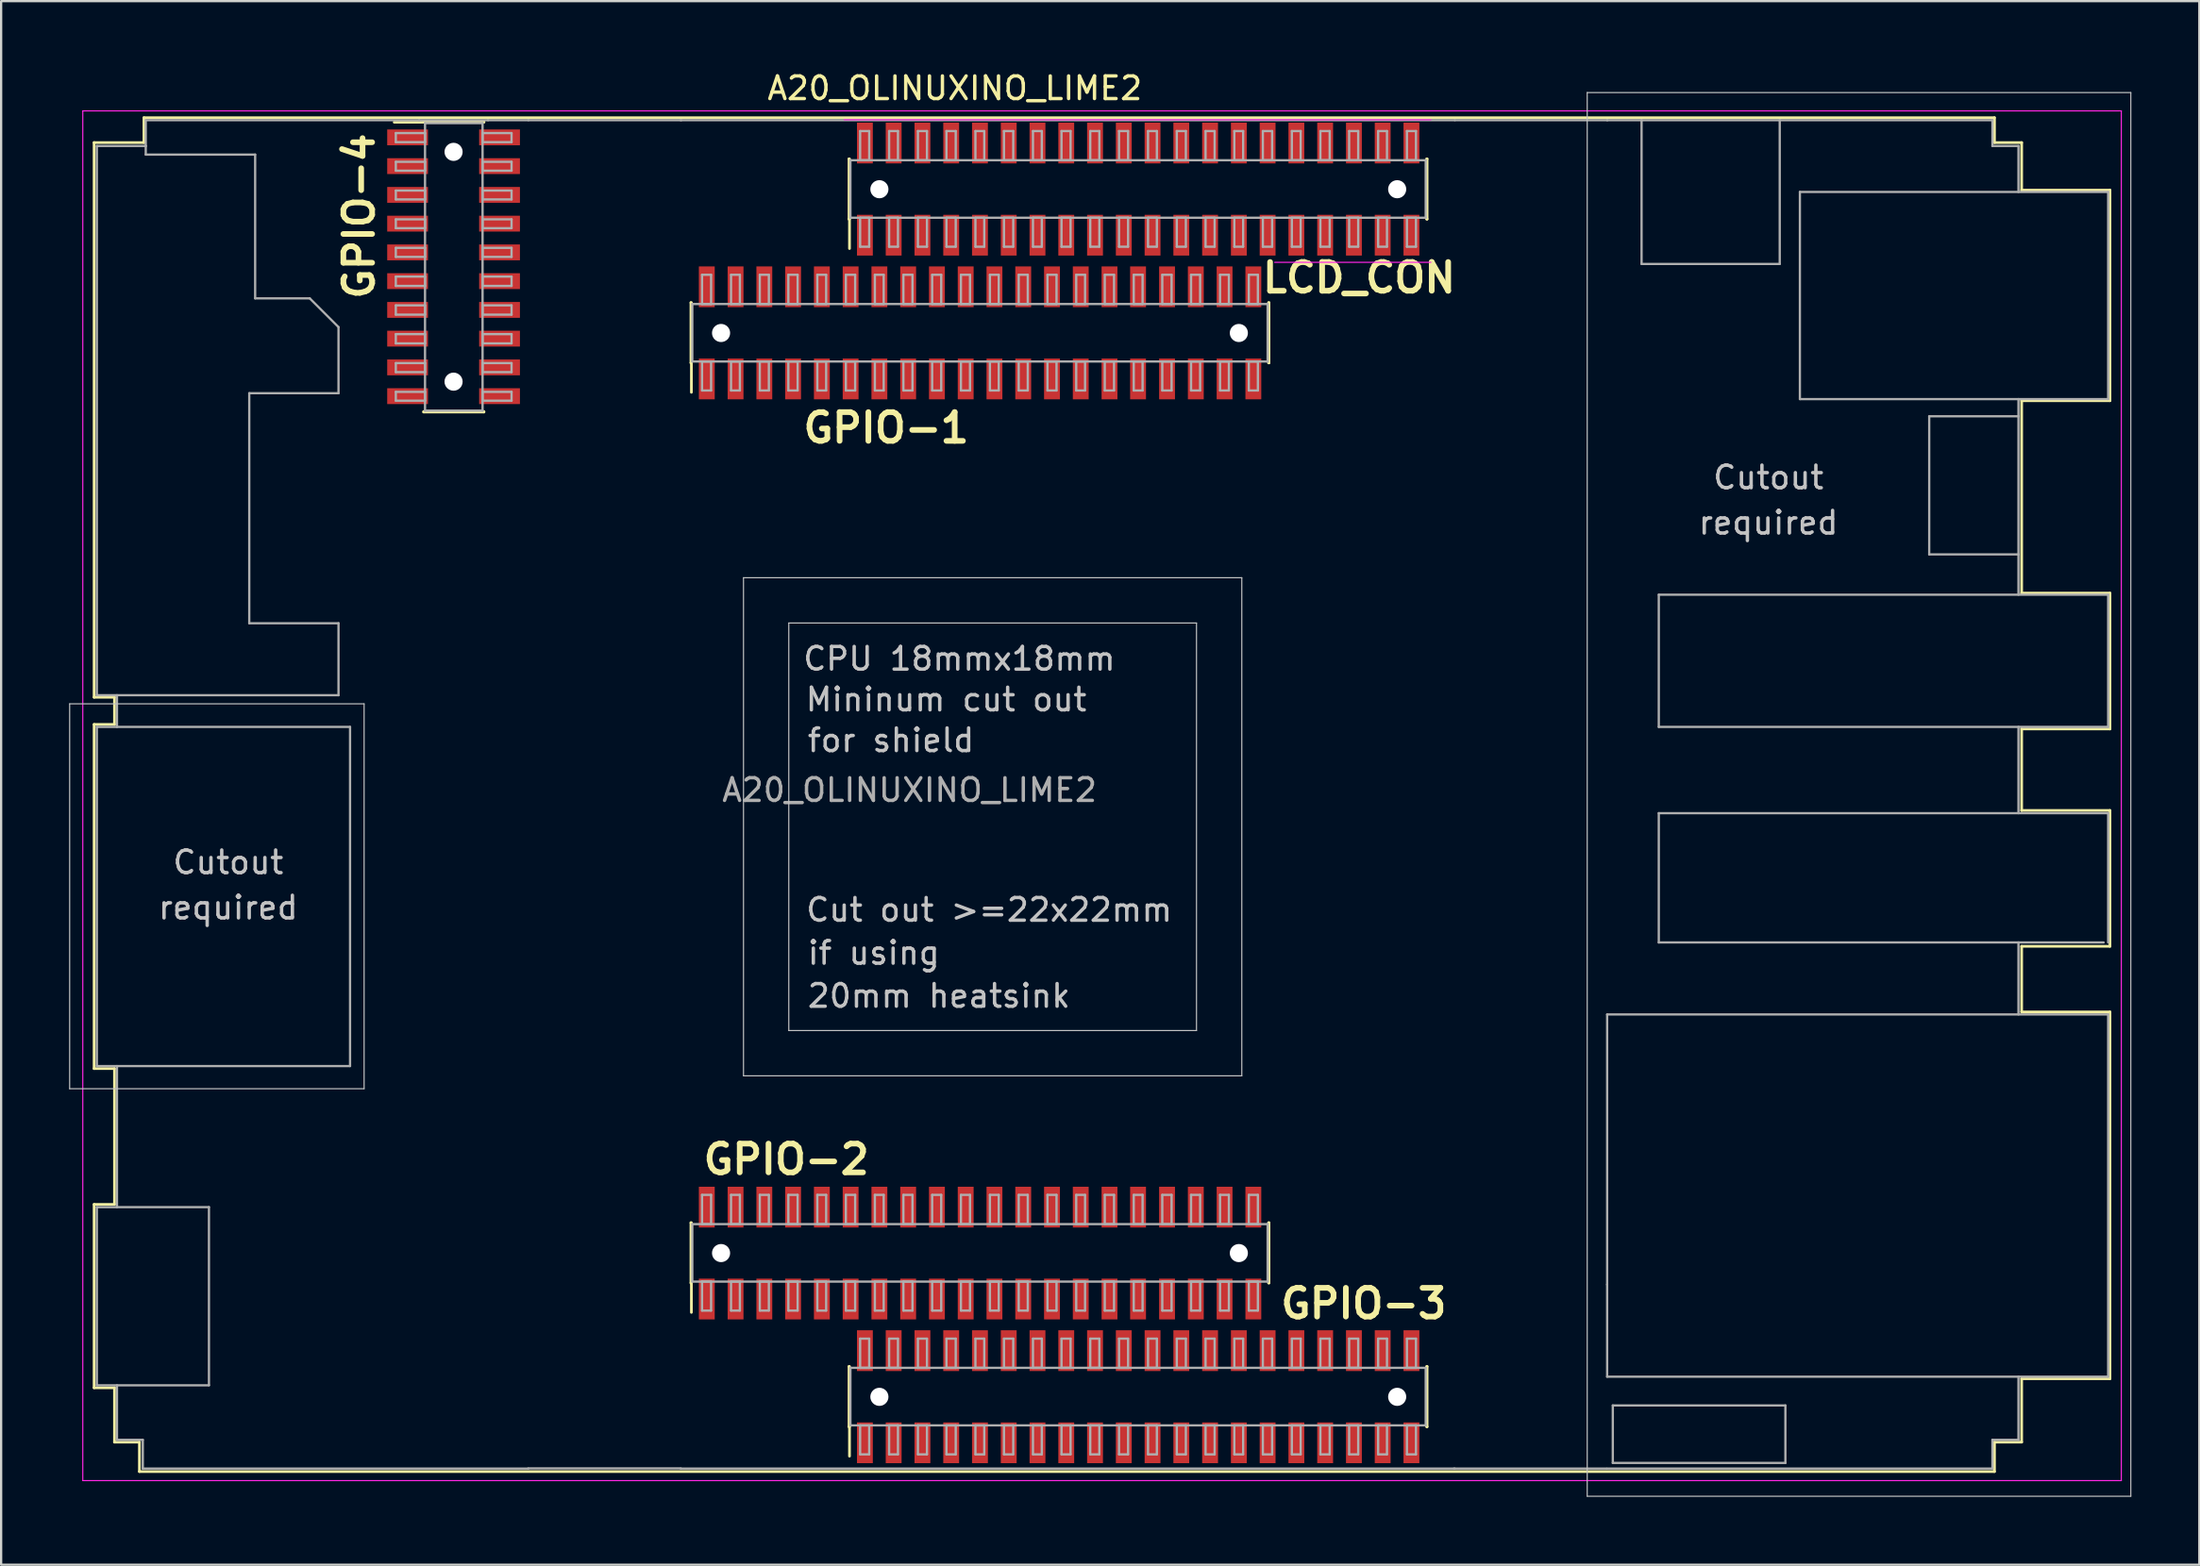
<source format=kicad_pcb>
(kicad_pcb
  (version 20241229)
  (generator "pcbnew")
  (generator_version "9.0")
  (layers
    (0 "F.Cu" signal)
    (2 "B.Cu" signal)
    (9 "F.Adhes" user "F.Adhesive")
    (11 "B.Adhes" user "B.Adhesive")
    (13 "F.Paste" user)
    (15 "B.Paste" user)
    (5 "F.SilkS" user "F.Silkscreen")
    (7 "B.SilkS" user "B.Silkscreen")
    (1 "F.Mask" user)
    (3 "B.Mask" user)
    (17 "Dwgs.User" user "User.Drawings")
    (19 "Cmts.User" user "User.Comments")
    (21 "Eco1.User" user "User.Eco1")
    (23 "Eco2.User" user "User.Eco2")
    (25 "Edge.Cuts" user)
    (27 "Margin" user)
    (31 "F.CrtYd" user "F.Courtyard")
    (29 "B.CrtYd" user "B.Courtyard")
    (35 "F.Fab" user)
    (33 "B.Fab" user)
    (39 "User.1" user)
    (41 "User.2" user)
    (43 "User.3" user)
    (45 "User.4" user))
  (footprint "A20_OLINUXINO_LIME2"
    (layer "F.Cu")
    (at 37.105 31.848)
    (property "Reference" "A20_OLINUXINO_LIME2" (at 2 -31 0) (layer "F.SilkS") (effects (font (size 1 1) (thickness 0.15))))
    (attr smd)
    (fp_line (start -36 -28.6) (end -36 -4.1) (stroke (width 0.12) (type solid)) (layer "F.SilkS"))
    (fp_line (start -36 -4.1) (end -35.1 -4.1) (stroke (width 0.12) (type solid)) (layer "F.SilkS"))
    (fp_line (start -36 -2.9) (end -36 12.3) (stroke (width 0.12) (type solid)) (layer "F.SilkS"))
    (fp_line (start -36 12.3) (end -35.1 12.3) (stroke (width 0.12) (type solid)) (layer "F.SilkS"))
    (fp_line (start -36 18.3) (end -36 26.4) (stroke (width 0.12) (type solid)) (layer "F.SilkS"))
    (fp_line (start -36 26.4) (end -35.1 26.4) (stroke (width 0.12) (type solid)) (layer "F.SilkS"))
    (fp_line (start -35.1 -4.1) (end -35.1 -2.9) (stroke (width 0.12) (type solid)) (layer "F.SilkS"))
    (fp_line (start -35.1 -2.9) (end -36 -2.9) (stroke (width 0.12) (type solid)) (layer "F.SilkS"))
    (fp_line (start -35.1 12.3) (end -35.1 18.3) (stroke (width 0.12) (type solid)) (layer "F.SilkS"))
    (fp_line (start -35.1 18.3) (end -36 18.3) (stroke (width 0.12) (type solid)) (layer "F.SilkS"))
    (fp_line (start -35.1 26.4) (end -35.1 28.8) (stroke (width 0.12) (type solid)) (layer "F.SilkS"))
    (fp_line (start -35.1 28.8) (end -34 28.8) (stroke (width 0.12) (type solid)) (layer "F.SilkS"))
    (fp_line (start -34 28.8) (end -34 30.1) (stroke (width 0.12) (type solid)) (layer "F.SilkS"))
    (fp_line (start -34 30.1) (end 47.9 30.1) (stroke (width 0.12) (type solid)) (layer "F.SilkS"))
    (fp_line (start -33.8 -29.7) (end -33.8 -28.6) (stroke (width 0.12) (type solid)) (layer "F.SilkS"))
    (fp_line (start -33.8 -28.6) (end -36 -28.6) (stroke (width 0.12) (type solid)) (layer "F.SilkS"))
    (fp_line (start -22.75 -29.5) (end -21.45 -29.5) (stroke (width 0.12) (type solid)) (layer "F.SilkS"))
    (fp_line (start -21.45 -29.52) (end -18.79 -29.52) (stroke (width 0.12) (type solid)) (layer "F.SilkS"))
    (fp_line (start -21.45 -29.5) (end -21.45 -29.52) (stroke (width 0.12) (type solid)) (layer "F.SilkS"))
    (fp_line (start -21.45 -16.72) (end -21.45 -16.7) (stroke (width 0.12) (type solid)) (layer "F.SilkS"))
    (fp_line (start -21.45 -16.7) (end -18.79 -16.7) (stroke (width 0.12) (type solid)) (layer "F.SilkS"))
    (fp_line (start -18.79 -29.52) (end -18.79 -29.5) (stroke (width 0.12) (type solid)) (layer "F.SilkS"))
    (fp_line (start -18.79 -16.7) (end -18.79 -16.72) (stroke (width 0.12) (type solid)) (layer "F.SilkS"))
    (fp_line (start -9.65 -21.53) (end -9.63 -21.53) (stroke (width 0.12) (type solid)) (layer "F.SilkS"))
    (fp_line (start -9.65 -18.87) (end -9.65 -21.53) (stroke (width 0.12) (type solid)) (layer "F.SilkS"))
    (fp_line (start -9.65 19.11) (end -9.63 19.11) (stroke (width 0.12) (type solid)) (layer "F.SilkS"))
    (fp_line (start -9.65 21.77) (end -9.65 19.11) (stroke (width 0.12) (type solid)) (layer "F.SilkS"))
    (fp_line (start -9.63 -18.87) (end -9.65 -18.87) (stroke (width 0.12) (type solid)) (layer "F.SilkS"))
    (fp_line (start -9.63 -17.57) (end -9.63 -18.87) (stroke (width 0.12) (type solid)) (layer "F.SilkS"))
    (fp_line (start -9.63 21.77) (end -9.65 21.77) (stroke (width 0.12) (type solid)) (layer "F.SilkS"))
    (fp_line (start -9.63 23.07) (end -9.63 21.77) (stroke (width 0.12) (type solid)) (layer "F.SilkS"))
    (fp_line (start -2.67 -27.88) (end -2.65 -27.88) (stroke (width 0.12) (type solid)) (layer "F.SilkS"))
    (fp_line (start -2.67 -25.22) (end -2.67 -27.88) (stroke (width 0.12) (type solid)) (layer "F.SilkS"))
    (fp_line (start -2.67 25.46) (end -2.65 25.46) (stroke (width 0.12) (type solid)) (layer "F.SilkS"))
    (fp_line (start -2.67 28.12) (end -2.67 25.46) (stroke (width 0.12) (type solid)) (layer "F.SilkS"))
    (fp_line (start -2.65 -25.22) (end -2.67 -25.22) (stroke (width 0.12) (type solid)) (layer "F.SilkS"))
    (fp_line (start -2.65 -23.92) (end -2.65 -25.22) (stroke (width 0.12) (type solid)) (layer "F.SilkS"))
    (fp_line (start -2.65 28.12) (end -2.67 28.12) (stroke (width 0.12) (type solid)) (layer "F.SilkS"))
    (fp_line (start -2.65 29.42) (end -2.65 28.12) (stroke (width 0.12) (type solid)) (layer "F.SilkS"))
    (fp_line (start 15.85 -18.87) (end 15.87 -18.87) (stroke (width 0.12) (type solid)) (layer "F.SilkS"))
    (fp_line (start 15.85 21.77) (end 15.87 21.77) (stroke (width 0.12) (type solid)) (layer "F.SilkS"))
    (fp_line (start 15.87 -21.53) (end 15.85 -21.53) (stroke (width 0.12) (type solid)) (layer "F.SilkS"))
    (fp_line (start 15.87 -18.87) (end 15.87 -21.53) (stroke (width 0.12) (type solid)) (layer "F.SilkS"))
    (fp_line (start 15.87 19.11) (end 15.85 19.11) (stroke (width 0.12) (type solid)) (layer "F.SilkS"))
    (fp_line (start 15.87 21.77) (end 15.87 19.11) (stroke (width 0.12) (type solid)) (layer "F.SilkS"))
    (fp_line (start 22.83 -25.22) (end 22.85 -25.22) (stroke (width 0.12) (type solid)) (layer "F.SilkS"))
    (fp_line (start 22.83 28.12) (end 22.85 28.12) (stroke (width 0.12) (type solid)) (layer "F.SilkS"))
    (fp_line (start 22.85 -27.88) (end 22.83 -27.88) (stroke (width 0.12) (type solid)) (layer "F.SilkS"))
    (fp_line (start 22.85 -25.22) (end 22.85 -27.88) (stroke (width 0.12) (type solid)) (layer "F.SilkS"))
    (fp_line (start 22.85 25.46) (end 22.83 25.46) (stroke (width 0.12) (type solid)) (layer "F.SilkS"))
    (fp_line (start 22.85 28.12) (end 22.85 25.46) (stroke (width 0.12) (type solid)) (layer "F.SilkS"))
    (fp_line (start 47.9 -29.7) (end -33.8 -29.7) (stroke (width 0.12) (type solid)) (layer "F.SilkS"))
    (fp_line (start 47.9 -28.6) (end 47.9 -29.7) (stroke (width 0.12) (type solid)) (layer "F.SilkS"))
    (fp_line (start 47.9 28.8) (end 49.1 28.8) (stroke (width 0.12) (type solid)) (layer "F.SilkS"))
    (fp_line (start 47.9 30.1) (end 47.9 28.8) (stroke (width 0.12) (type solid)) (layer "F.SilkS"))
    (fp_line (start 49.1 -28.6) (end 47.9 -28.6) (stroke (width 0.12) (type solid)) (layer "F.SilkS"))
    (fp_line (start 49.1 -26.5) (end 49.1 -28.6) (stroke (width 0.12) (type solid)) (layer "F.SilkS"))
    (fp_line (start 49.1 -17.2) (end 53 -17.2) (stroke (width 0.12) (type solid)) (layer "F.SilkS"))
    (fp_line (start 49.1 -8.7) (end 49.1 -17.2) (stroke (width 0.12) (type solid)) (layer "F.SilkS"))
    (fp_line (start 49.1 -2.7) (end 53 -2.7) (stroke (width 0.12) (type solid)) (layer "F.SilkS"))
    (fp_line (start 49.1 0.9) (end 49.1 -2.7) (stroke (width 0.12) (type solid)) (layer "F.SilkS"))
    (fp_line (start 49.1 6.9) (end 53 6.9) (stroke (width 0.12) (type solid)) (layer "F.SilkS"))
    (fp_line (start 49.1 9.8) (end 49.1 6.9) (stroke (width 0.12) (type solid)) (layer "F.SilkS"))
    (fp_line (start 49.1 26) (end 53 26) (stroke (width 0.12) (type solid)) (layer "F.SilkS"))
    (fp_line (start 49.1 28.8) (end 49.1 26) (stroke (width 0.12) (type solid)) (layer "F.SilkS"))
    (fp_line (start 53 -26.5) (end 49.1 -26.5) (stroke (width 0.12) (type solid)) (layer "F.SilkS"))
    (fp_line (start 53 -17.2) (end 53 -26.5) (stroke (width 0.12) (type solid)) (layer "F.SilkS"))
    (fp_line (start 53 -8.7) (end 49.1 -8.7) (stroke (width 0.12) (type solid)) (layer "F.SilkS"))
    (fp_line (start 53 -2.7) (end 53 -8.7) (stroke (width 0.12) (type solid)) (layer "F.SilkS"))
    (fp_line (start 53 0.9) (end 49.1 0.9) (stroke (width 0.12) (type solid)) (layer "F.SilkS"))
    (fp_line (start 53 6.9) (end 53 0.9) (stroke (width 0.12) (type solid)) (layer "F.SilkS"))
    (fp_line (start 53 9.8) (end 49.1 9.8) (stroke (width 0.12) (type solid)) (layer "F.SilkS"))
    (fp_line (start 53 26) (end 53 9.8) (stroke (width 0.12) (type solid)) (layer "F.SilkS"))
    (fp_line (start -37.08 -3.81) (end -37.08 13.19) (stroke (width 0.05) (type solid)) (layer "Dwgs.User"))
    (fp_line (start -37.08 13.19) (end -24.08 13.19) (stroke (width 0.05) (type solid)) (layer "Dwgs.User"))
    (fp_line (start -24.08 -3.81) (end -37.08 -3.81) (stroke (width 0.05) (type solid)) (layer "Dwgs.User"))
    (fp_line (start -24.08 13.19) (end -24.08 -3.81) (stroke (width 0.05) (type solid)) (layer "Dwgs.User"))
    (fp_line (start -7.33 -9.38) (end -7.33 12.62) (stroke (width 0.05) (type solid)) (layer "Dwgs.User"))
    (fp_line (start -7.33 12.62) (end 14.67 12.62) (stroke (width 0.05) (type solid)) (layer "Dwgs.User"))
    (fp_line (start -5.33 -7.38) (end -5.33 10.62) (stroke (width 0.05) (type solid)) (layer "Dwgs.User"))
    (fp_line (start -5.33 10.62) (end 12.67 10.62) (stroke (width 0.05) (type solid)) (layer "Dwgs.User"))
    (fp_line (start 12.67 -7.38) (end -5.33 -7.38) (stroke (width 0.05) (type solid)) (layer "Dwgs.User"))
    (fp_line (start 12.67 10.62) (end 12.67 -7.38) (stroke (width 0.05) (type solid)) (layer "Dwgs.User"))
    (fp_line (start 14.67 -9.38) (end -7.33 -9.38) (stroke (width 0.05) (type solid)) (layer "Dwgs.User"))
    (fp_line (start 14.67 12.62) (end 14.67 -9.38) (stroke (width 0.05) (type solid)) (layer "Dwgs.User"))
    (fp_line (start 29.92 -30.81) (end 53.92 -30.81) (stroke (width 0.05) (type solid)) (layer "Dwgs.User"))
    (fp_line (start 29.92 31.19) (end 29.92 -30.81) (stroke (width 0.05) (type solid)) (layer "Dwgs.User"))
    (fp_line (start 53.92 -30.81) (end 53.92 31.19) (stroke (width 0.05) (type solid)) (layer "Dwgs.User"))
    (fp_line (start 53.92 31.19) (end 29.92 31.19) (stroke (width 0.05) (type solid)) (layer "Dwgs.User"))
    (fp_line (start -36.5 -30) (end -36.5 30.5) (stroke (width 0.05) (type solid)) (layer "F.CrtYd"))
    (fp_line (start -36.5 30.5) (end 53.5 30.5) (stroke (width 0.05) (type solid)) (layer "F.CrtYd"))
    (fp_line (start 16.12 -23.31) (end 23.02 -23.31) (stroke (width 0.05) (type solid)) (layer "F.CrtYd"))
    (fp_line (start 23.02 -29.61) (end -2.88 -29.61) (stroke (width 0.05) (type solid)) (layer "F.CrtYd"))
    (fp_line (start 53.5 -30) (end -36.5 -30) (stroke (width 0.05) (type solid)) (layer "F.CrtYd"))
    (fp_line (start 53.5 30.5) (end 53.5 -30) (stroke (width 0.05) (type solid)) (layer "F.CrtYd"))
    (fp_line (start -35.88 -28.45) (end -33.72 -28.45) (stroke (width 0.1) (type solid)) (layer "F.Fab"))
    (fp_line (start -35.88 -4.19) (end -35.88 -28.45) (stroke (width 0.1) (type solid)) (layer "F.Fab"))
    (fp_line (start -35.88 -4.19) (end -25.21 -4.19) (stroke (width 0.1) (type solid)) (layer "F.Fab"))
    (fp_line (start -35.88 12.19) (end -35.88 -2.79) (stroke (width 0.1) (type solid)) (layer "F.Fab"))
    (fp_line (start -35.88 12.19) (end -24.7 12.19) (stroke (width 0.1) (type solid)) (layer "F.Fab"))
    (fp_line (start -35.88 26.29) (end -35.88 18.42) (stroke (width 0.1) (type solid)) (layer "F.Fab"))
    (fp_line (start -35.88 26.29) (end -30.93 26.29) (stroke (width 0.1) (type solid)) (layer "F.Fab"))
    (fp_line (start -34.99 -2.79) (end -34.99 -4.19) (stroke (width 0.1) (type solid)) (layer "F.Fab"))
    (fp_line (start -34.99 18.42) (end -34.99 12.19) (stroke (width 0.1) (type solid)) (layer "F.Fab"))
    (fp_line (start -34.99 28.7) (end -34.99 26.29) (stroke (width 0.1) (type solid)) (layer "F.Fab"))
    (fp_line (start -33.85 28.7) (end -34.99 28.7) (stroke (width 0.1) (type solid)) (layer "F.Fab"))
    (fp_line (start -33.85 29.97) (end -33.85 28.7) (stroke (width 0.1) (type solid)) (layer "F.Fab"))
    (fp_line (start -33.72 -29.59) (end -21.65 -29.59) (stroke (width 0.1) (type solid)) (layer "F.Fab"))
    (fp_line (start -33.72 -28.45) (end -33.72 -29.59) (stroke (width 0.1) (type solid)) (layer "F.Fab"))
    (fp_line (start -33.72 -28.07) (end -33.72 -28.45) (stroke (width 0.1) (type solid)) (layer "F.Fab"))
    (fp_line (start -30.93 18.42) (end -35.88 18.42) (stroke (width 0.1) (type solid)) (layer "F.Fab"))
    (fp_line (start -30.93 26.29) (end -30.93 18.42) (stroke (width 0.1) (type solid)) (layer "F.Fab"))
    (fp_line (start -29.15 -17.53) (end -25.21 -17.53) (stroke (width 0.1) (type solid)) (layer "F.Fab"))
    (fp_line (start -29.15 -7.37) (end -29.15 -17.53) (stroke (width 0.1) (type solid)) (layer "F.Fab"))
    (fp_line (start -28.89 -28.07) (end -33.72 -28.07) (stroke (width 0.1) (type solid)) (layer "F.Fab"))
    (fp_line (start -28.89 -21.72) (end -28.89 -28.07) (stroke (width 0.1) (type solid)) (layer "F.Fab"))
    (fp_line (start -26.48 -21.72) (end -28.89 -21.72) (stroke (width 0.1) (type solid)) (layer "F.Fab"))
    (fp_line (start -25.21 -20.45) (end -26.48 -21.72) (stroke (width 0.1) (type solid)) (layer "F.Fab"))
    (fp_line (start -25.21 -17.53) (end -25.21 -20.45) (stroke (width 0.1) (type solid)) (layer "F.Fab"))
    (fp_line (start -25.21 -7.37) (end -29.15 -7.37) (stroke (width 0.1) (type solid)) (layer "F.Fab"))
    (fp_line (start -25.21 -4.19) (end -25.21 -7.37) (stroke (width 0.1) (type solid)) (layer "F.Fab"))
    (fp_line (start -24.7 -2.79) (end -35.88 -2.79) (stroke (width 0.1) (type solid)) (layer "F.Fab"))
    (fp_line (start -24.7 12.19) (end -24.7 -2.79) (stroke (width 0.1) (type solid)) (layer "F.Fab"))
    (fp_line (start -22.68 -29.02) (end -21.39 -29.02) (stroke (width 0.1) (type solid)) (layer "F.Fab"))
    (fp_line (start -22.68 -28.62) (end -22.68 -29.02) (stroke (width 0.1) (type solid)) (layer "F.Fab"))
    (fp_line (start -22.68 -27.75) (end -21.39 -27.75) (stroke (width 0.1) (type solid)) (layer "F.Fab"))
    (fp_line (start -22.68 -27.36) (end -22.68 -27.75) (stroke (width 0.1) (type solid)) (layer "F.Fab"))
    (fp_line (start -22.68 -26.48) (end -21.39 -26.48) (stroke (width 0.1) (type solid)) (layer "F.Fab"))
    (fp_line (start -22.68 -26.09) (end -22.68 -26.48) (stroke (width 0.1) (type solid)) (layer "F.Fab"))
    (fp_line (start -22.68 -25.21) (end -21.39 -25.21) (stroke (width 0.1) (type solid)) (layer "F.Fab"))
    (fp_line (start -22.68 -24.82) (end -22.68 -25.21) (stroke (width 0.1) (type solid)) (layer "F.Fab"))
    (fp_line (start -22.68 -23.95) (end -21.39 -23.95) (stroke (width 0.1) (type solid)) (layer "F.Fab"))
    (fp_line (start -22.68 -23.55) (end -22.68 -23.95) (stroke (width 0.1) (type solid)) (layer "F.Fab"))
    (fp_line (start -22.68 -22.68) (end -21.39 -22.68) (stroke (width 0.1) (type solid)) (layer "F.Fab"))
    (fp_line (start -22.68 -22.27) (end -22.68 -22.68) (stroke (width 0.1) (type solid)) (layer "F.Fab"))
    (fp_line (start -22.68 -21.41) (end -21.39 -21.41) (stroke (width 0.1) (type solid)) (layer "F.Fab"))
    (fp_line (start -22.68 -21) (end -22.68 -21.41) (stroke (width 0.1) (type solid)) (layer "F.Fab"))
    (fp_line (start -22.68 -20.14) (end -21.39 -20.14) (stroke (width 0.1) (type solid)) (layer "F.Fab"))
    (fp_line (start -22.68 -19.73) (end -22.68 -20.14) (stroke (width 0.1) (type solid)) (layer "F.Fab"))
    (fp_line (start -22.68 -18.86) (end -21.39 -18.86) (stroke (width 0.1) (type solid)) (layer "F.Fab"))
    (fp_line (start -22.68 -18.46) (end -22.68 -18.86) (stroke (width 0.1) (type solid)) (layer "F.Fab"))
    (fp_line (start -22.68 -17.59) (end -21.39 -17.59) (stroke (width 0.1) (type solid)) (layer "F.Fab"))
    (fp_line (start -22.68 -17.2) (end -22.68 -17.59) (stroke (width 0.1) (type solid)) (layer "F.Fab"))
    (fp_line (start -21.65 -29.59) (end -18.61 -29.59) (stroke (width 0.1) (type solid)) (layer "F.Fab"))
    (fp_line (start -21.39 -29.46) (end -21.39 -16.76) (stroke (width 0.1) (type solid)) (layer "F.Fab"))
    (fp_line (start -21.39 -29.02) (end -21.39 -28.62) (stroke (width 0.1) (type solid)) (layer "F.Fab"))
    (fp_line (start -21.39 -28.62) (end -22.68 -28.62) (stroke (width 0.1) (type solid)) (layer "F.Fab"))
    (fp_line (start -21.39 -27.75) (end -21.39 -27.36) (stroke (width 0.1) (type solid)) (layer "F.Fab"))
    (fp_line (start -21.39 -27.36) (end -22.68 -27.36) (stroke (width 0.1) (type solid)) (layer "F.Fab"))
    (fp_line (start -21.39 -26.48) (end -21.39 -26.09) (stroke (width 0.1) (type solid)) (layer "F.Fab"))
    (fp_line (start -21.39 -26.09) (end -22.68 -26.09) (stroke (width 0.1) (type solid)) (layer "F.Fab"))
    (fp_line (start -21.39 -25.21) (end -21.39 -24.82) (stroke (width 0.1) (type solid)) (layer "F.Fab"))
    (fp_line (start -21.39 -24.82) (end -22.68 -24.82) (stroke (width 0.1) (type solid)) (layer "F.Fab"))
    (fp_line (start -21.39 -23.95) (end -21.39 -23.55) (stroke (width 0.1) (type solid)) (layer "F.Fab"))
    (fp_line (start -21.39 -23.55) (end -22.68 -23.55) (stroke (width 0.1) (type solid)) (layer "F.Fab"))
    (fp_line (start -21.39 -22.68) (end -21.39 -22.27) (stroke (width 0.1) (type solid)) (layer "F.Fab"))
    (fp_line (start -21.39 -22.27) (end -22.68 -22.27) (stroke (width 0.1) (type solid)) (layer "F.Fab"))
    (fp_line (start -21.39 -21.41) (end -21.39 -21) (stroke (width 0.1) (type solid)) (layer "F.Fab"))
    (fp_line (start -21.39 -21) (end -22.68 -21) (stroke (width 0.1) (type solid)) (layer "F.Fab"))
    (fp_line (start -21.39 -20.14) (end -21.39 -19.73) (stroke (width 0.1) (type solid)) (layer "F.Fab"))
    (fp_line (start -21.39 -19.73) (end -22.68 -19.73) (stroke (width 0.1) (type solid)) (layer "F.Fab"))
    (fp_line (start -21.39 -18.86) (end -21.39 -18.46) (stroke (width 0.1) (type solid)) (layer "F.Fab"))
    (fp_line (start -21.39 -18.46) (end -22.68 -18.46) (stroke (width 0.1) (type solid)) (layer "F.Fab"))
    (fp_line (start -21.39 -17.59) (end -21.39 -17.2) (stroke (width 0.1) (type solid)) (layer "F.Fab"))
    (fp_line (start -21.39 -17.2) (end -22.68 -17.2) (stroke (width 0.1) (type solid)) (layer "F.Fab"))
    (fp_line (start -21.39 -16.76) (end -18.85 -16.76) (stroke (width 0.1) (type solid)) (layer "F.Fab"))
    (fp_line (start -18.85 -29.46) (end -21.39 -29.46) (stroke (width 0.1) (type solid)) (layer "F.Fab"))
    (fp_line (start -18.85 -29.02) (end -18.85 -28.62) (stroke (width 0.1) (type solid)) (layer "F.Fab"))
    (fp_line (start -18.85 -28.62) (end -17.57 -28.62) (stroke (width 0.1) (type solid)) (layer "F.Fab"))
    (fp_line (start -18.85 -27.75) (end -18.85 -27.36) (stroke (width 0.1) (type solid)) (layer "F.Fab"))
    (fp_line (start -18.85 -27.36) (end -17.57 -27.36) (stroke (width 0.1) (type solid)) (layer "F.Fab"))
    (fp_line (start -18.85 -26.48) (end -18.85 -26.09) (stroke (width 0.1) (type solid)) (layer "F.Fab"))
    (fp_line (start -18.85 -26.09) (end -17.57 -26.09) (stroke (width 0.1) (type solid)) (layer "F.Fab"))
    (fp_line (start -18.85 -25.21) (end -18.85 -24.82) (stroke (width 0.1) (type solid)) (layer "F.Fab"))
    (fp_line (start -18.85 -24.82) (end -17.57 -24.82) (stroke (width 0.1) (type solid)) (layer "F.Fab"))
    (fp_line (start -18.85 -23.95) (end -18.85 -23.55) (stroke (width 0.1) (type solid)) (layer "F.Fab"))
    (fp_line (start -18.85 -23.55) (end -17.57 -23.55) (stroke (width 0.1) (type solid)) (layer "F.Fab"))
    (fp_line (start -18.85 -22.68) (end -18.85 -22.27) (stroke (width 0.1) (type solid)) (layer "F.Fab"))
    (fp_line (start -18.85 -22.27) (end -17.57 -22.27) (stroke (width 0.1) (type solid)) (layer "F.Fab"))
    (fp_line (start -18.85 -21.41) (end -18.85 -21) (stroke (width 0.1) (type solid)) (layer "F.Fab"))
    (fp_line (start -18.85 -21) (end -17.57 -21) (stroke (width 0.1) (type solid)) (layer "F.Fab"))
    (fp_line (start -18.85 -20.14) (end -18.85 -19.73) (stroke (width 0.1) (type solid)) (layer "F.Fab"))
    (fp_line (start -18.85 -19.73) (end -17.57 -19.73) (stroke (width 0.1) (type solid)) (layer "F.Fab"))
    (fp_line (start -18.85 -18.86) (end -18.85 -18.46) (stroke (width 0.1) (type solid)) (layer "F.Fab"))
    (fp_line (start -18.85 -18.46) (end -17.57 -18.46) (stroke (width 0.1) (type solid)) (layer "F.Fab"))
    (fp_line (start -18.85 -17.59) (end -18.85 -17.2) (stroke (width 0.1) (type solid)) (layer "F.Fab"))
    (fp_line (start -18.85 -17.2) (end -17.57 -17.2) (stroke (width 0.1) (type solid)) (layer "F.Fab"))
    (fp_line (start -18.85 -16.76) (end -18.85 -29.46) (stroke (width 0.1) (type solid)) (layer "F.Fab"))
    (fp_line (start -18.61 -29.59) (end -16.83 -29.59) (stroke (width 0.1) (type solid)) (layer "F.Fab"))
    (fp_line (start -17.57 -29.02) (end -18.85 -29.02) (stroke (width 0.1) (type solid)) (layer "F.Fab"))
    (fp_line (start -17.57 -28.62) (end -17.57 -29.02) (stroke (width 0.1) (type solid)) (layer "F.Fab"))
    (fp_line (start -17.57 -27.75) (end -18.85 -27.75) (stroke (width 0.1) (type solid)) (layer "F.Fab"))
    (fp_line (start -17.57 -27.36) (end -17.57 -27.75) (stroke (width 0.1) (type solid)) (layer "F.Fab"))
    (fp_line (start -17.57 -26.48) (end -18.85 -26.48) (stroke (width 0.1) (type solid)) (layer "F.Fab"))
    (fp_line (start -17.57 -26.09) (end -17.57 -26.48) (stroke (width 0.1) (type solid)) (layer "F.Fab"))
    (fp_line (start -17.57 -25.21) (end -18.85 -25.21) (stroke (width 0.1) (type solid)) (layer "F.Fab"))
    (fp_line (start -17.57 -24.82) (end -17.57 -25.21) (stroke (width 0.1) (type solid)) (layer "F.Fab"))
    (fp_line (start -17.57 -23.95) (end -18.85 -23.95) (stroke (width 0.1) (type solid)) (layer "F.Fab"))
    (fp_line (start -17.57 -23.55) (end -17.57 -23.95) (stroke (width 0.1) (type solid)) (layer "F.Fab"))
    (fp_line (start -17.57 -22.68) (end -18.85 -22.68) (stroke (width 0.1) (type solid)) (layer "F.Fab"))
    (fp_line (start -17.57 -22.27) (end -17.57 -22.68) (stroke (width 0.1) (type solid)) (layer "F.Fab"))
    (fp_line (start -17.57 -21.41) (end -18.85 -21.41) (stroke (width 0.1) (type solid)) (layer "F.Fab"))
    (fp_line (start -17.57 -21) (end -17.57 -21.41) (stroke (width 0.1) (type solid)) (layer "F.Fab"))
    (fp_line (start -17.57 -20.14) (end -18.85 -20.14) (stroke (width 0.1) (type solid)) (layer "F.Fab"))
    (fp_line (start -17.57 -19.73) (end -17.57 -20.14) (stroke (width 0.1) (type solid)) (layer "F.Fab"))
    (fp_line (start -17.57 -18.86) (end -18.85 -18.86) (stroke (width 0.1) (type solid)) (layer "F.Fab"))
    (fp_line (start -17.57 -18.46) (end -17.57 -18.86) (stroke (width 0.1) (type solid)) (layer "F.Fab"))
    (fp_line (start -17.57 -17.59) (end -18.85 -17.59) (stroke (width 0.1) (type solid)) (layer "F.Fab"))
    (fp_line (start -17.57 -17.2) (end -17.57 -17.59) (stroke (width 0.1) (type solid)) (layer "F.Fab"))
    (fp_line (start -16.83 29.97) (end -33.85 29.97) (stroke (width 0.1) (type solid)) (layer "F.Fab"))
    (fp_line (start -16.82 -29.59) (end -10.08 -29.59) (stroke (width 0.1) (type solid)) (layer "F.Fab"))
    (fp_line (start -10.1 -29.59) (end 24.07 -29.59) (stroke (width 0.1) (type solid)) (layer "F.Fab"))
    (fp_line (start -10.1 29.96) (end -16.83 29.96) (stroke (width 0.1) (type solid)) (layer "F.Fab"))
    (fp_line (start -9.59 -21.47) (end -9.59 -18.93) (stroke (width 0.1) (type solid)) (layer "F.Fab"))
    (fp_line (start -9.59 -18.93) (end 15.81 -18.93) (stroke (width 0.1) (type solid)) (layer "F.Fab"))
    (fp_line (start -9.59 19.17) (end -9.59 21.71) (stroke (width 0.1) (type solid)) (layer "F.Fab"))
    (fp_line (start -9.59 21.71) (end 15.81 21.71) (stroke (width 0.1) (type solid)) (layer "F.Fab"))
    (fp_line (start -9.16 -22.76) (end -9.16 -21.47) (stroke (width 0.1) (type solid)) (layer "F.Fab"))
    (fp_line (start -9.16 -21.47) (end -8.76 -21.47) (stroke (width 0.1) (type solid)) (layer "F.Fab"))
    (fp_line (start -9.16 -18.93) (end -8.76 -18.93) (stroke (width 0.1) (type solid)) (layer "F.Fab"))
    (fp_line (start -9.16 -17.65) (end -9.16 -18.93) (stroke (width 0.1) (type solid)) (layer "F.Fab"))
    (fp_line (start -9.16 17.88) (end -9.16 19.17) (stroke (width 0.1) (type solid)) (layer "F.Fab"))
    (fp_line (start -9.16 19.17) (end -8.76 19.17) (stroke (width 0.1) (type solid)) (layer "F.Fab"))
    (fp_line (start -9.16 21.71) (end -8.76 21.71) (stroke (width 0.1) (type solid)) (layer "F.Fab"))
    (fp_line (start -9.16 22.99) (end -9.16 21.71) (stroke (width 0.1) (type solid)) (layer "F.Fab"))
    (fp_line (start -8.76 -22.76) (end -9.16 -22.76) (stroke (width 0.1) (type solid)) (layer "F.Fab"))
    (fp_line (start -8.76 -21.47) (end -8.76 -22.76) (stroke (width 0.1) (type solid)) (layer "F.Fab"))
    (fp_line (start -8.76 -18.93) (end -8.76 -17.65) (stroke (width 0.1) (type solid)) (layer "F.Fab"))
    (fp_line (start -8.76 -17.65) (end -9.16 -17.65) (stroke (width 0.1) (type solid)) (layer "F.Fab"))
    (fp_line (start -8.76 17.88) (end -9.16 17.88) (stroke (width 0.1) (type solid)) (layer "F.Fab"))
    (fp_line (start -8.76 19.17) (end -8.76 17.88) (stroke (width 0.1) (type solid)) (layer "F.Fab"))
    (fp_line (start -8.76 21.71) (end -8.76 22.99) (stroke (width 0.1) (type solid)) (layer "F.Fab"))
    (fp_line (start -8.76 22.99) (end -9.16 22.99) (stroke (width 0.1) (type solid)) (layer "F.Fab"))
    (fp_line (start -7.88 -22.76) (end -7.88 -21.47) (stroke (width 0.1) (type solid)) (layer "F.Fab"))
    (fp_line (start -7.88 -21.47) (end -7.49 -21.47) (stroke (width 0.1) (type solid)) (layer "F.Fab"))
    (fp_line (start -7.88 -18.93) (end -7.49 -18.93) (stroke (width 0.1) (type solid)) (layer "F.Fab"))
    (fp_line (start -7.88 -17.65) (end -7.88 -18.93) (stroke (width 0.1) (type solid)) (layer "F.Fab"))
    (fp_line (start -7.88 17.88) (end -7.88 19.17) (stroke (width 0.1) (type solid)) (layer "F.Fab"))
    (fp_line (start -7.88 19.17) (end -7.49 19.17) (stroke (width 0.1) (type solid)) (layer "F.Fab"))
    (fp_line (start -7.88 21.71) (end -7.49 21.71) (stroke (width 0.1) (type solid)) (layer "F.Fab"))
    (fp_line (start -7.88 22.99) (end -7.88 21.71) (stroke (width 0.1) (type solid)) (layer "F.Fab"))
    (fp_line (start -7.49 -22.76) (end -7.88 -22.76) (stroke (width 0.1) (type solid)) (layer "F.Fab"))
    (fp_line (start -7.49 -21.47) (end -7.49 -22.76) (stroke (width 0.1) (type solid)) (layer "F.Fab"))
    (fp_line (start -7.49 -18.93) (end -7.49 -17.65) (stroke (width 0.1) (type solid)) (layer "F.Fab"))
    (fp_line (start -7.49 -17.65) (end -7.88 -17.65) (stroke (width 0.1) (type solid)) (layer "F.Fab"))
    (fp_line (start -7.49 17.88) (end -7.88 17.88) (stroke (width 0.1) (type solid)) (layer "F.Fab"))
    (fp_line (start -7.49 19.17) (end -7.49 17.88) (stroke (width 0.1) (type solid)) (layer "F.Fab"))
    (fp_line (start -7.49 21.71) (end -7.49 22.99) (stroke (width 0.1) (type solid)) (layer "F.Fab"))
    (fp_line (start -7.49 22.99) (end -7.88 22.99) (stroke (width 0.1) (type solid)) (layer "F.Fab"))
    (fp_line (start -6.61 -22.76) (end -6.61 -21.47) (stroke (width 0.1) (type solid)) (layer "F.Fab"))
    (fp_line (start -6.61 -21.47) (end -6.21 -21.47) (stroke (width 0.1) (type solid)) (layer "F.Fab"))
    (fp_line (start -6.61 -18.93) (end -6.21 -18.93) (stroke (width 0.1) (type solid)) (layer "F.Fab"))
    (fp_line (start -6.61 -17.65) (end -6.61 -18.93) (stroke (width 0.1) (type solid)) (layer "F.Fab"))
    (fp_line (start -6.61 17.88) (end -6.61 19.17) (stroke (width 0.1) (type solid)) (layer "F.Fab"))
    (fp_line (start -6.61 19.17) (end -6.21 19.17) (stroke (width 0.1) (type solid)) (layer "F.Fab"))
    (fp_line (start -6.61 21.71) (end -6.21 21.71) (stroke (width 0.1) (type solid)) (layer "F.Fab"))
    (fp_line (start -6.61 22.99) (end -6.61 21.71) (stroke (width 0.1) (type solid)) (layer "F.Fab"))
    (fp_line (start -6.21 -22.76) (end -6.61 -22.76) (stroke (width 0.1) (type solid)) (layer "F.Fab"))
    (fp_line (start -6.21 -21.47) (end -6.21 -22.76) (stroke (width 0.1) (type solid)) (layer "F.Fab"))
    (fp_line (start -6.21 -18.93) (end -6.21 -17.65) (stroke (width 0.1) (type solid)) (layer "F.Fab"))
    (fp_line (start -6.21 -17.65) (end -6.61 -17.65) (stroke (width 0.1) (type solid)) (layer "F.Fab"))
    (fp_line (start -6.21 17.88) (end -6.61 17.88) (stroke (width 0.1) (type solid)) (layer "F.Fab"))
    (fp_line (start -6.21 19.17) (end -6.21 17.88) (stroke (width 0.1) (type solid)) (layer "F.Fab"))
    (fp_line (start -6.21 21.71) (end -6.21 22.99) (stroke (width 0.1) (type solid)) (layer "F.Fab"))
    (fp_line (start -6.21 22.99) (end -6.61 22.99) (stroke (width 0.1) (type solid)) (layer "F.Fab"))
    (fp_line (start -5.35 -22.76) (end -5.35 -21.47) (stroke (width 0.1) (type solid)) (layer "F.Fab"))
    (fp_line (start -5.35 -21.47) (end -4.94 -21.47) (stroke (width 0.1) (type solid)) (layer "F.Fab"))
    (fp_line (start -5.35 -18.93) (end -4.94 -18.93) (stroke (width 0.1) (type solid)) (layer "F.Fab"))
    (fp_line (start -5.35 -17.65) (end -5.35 -18.93) (stroke (width 0.1) (type solid)) (layer "F.Fab"))
    (fp_line (start -5.35 17.88) (end -5.35 19.17) (stroke (width 0.1) (type solid)) (layer "F.Fab"))
    (fp_line (start -5.35 19.17) (end -4.94 19.17) (stroke (width 0.1) (type solid)) (layer "F.Fab"))
    (fp_line (start -5.35 21.71) (end -4.94 21.71) (stroke (width 0.1) (type solid)) (layer "F.Fab"))
    (fp_line (start -5.35 22.99) (end -5.35 21.71) (stroke (width 0.1) (type solid)) (layer "F.Fab"))
    (fp_line (start -4.94 -22.76) (end -5.35 -22.76) (stroke (width 0.1) (type solid)) (layer "F.Fab"))
    (fp_line (start -4.94 -21.47) (end -4.94 -22.76) (stroke (width 0.1) (type solid)) (layer "F.Fab"))
    (fp_line (start -4.94 -18.93) (end -4.94 -17.65) (stroke (width 0.1) (type solid)) (layer "F.Fab"))
    (fp_line (start -4.94 -17.65) (end -5.35 -17.65) (stroke (width 0.1) (type solid)) (layer "F.Fab"))
    (fp_line (start -4.94 17.88) (end -5.35 17.88) (stroke (width 0.1) (type solid)) (layer "F.Fab"))
    (fp_line (start -4.94 19.17) (end -4.94 17.88) (stroke (width 0.1) (type solid)) (layer "F.Fab"))
    (fp_line (start -4.94 21.71) (end -4.94 22.99) (stroke (width 0.1) (type solid)) (layer "F.Fab"))
    (fp_line (start -4.94 22.99) (end -5.35 22.99) (stroke (width 0.1) (type solid)) (layer "F.Fab"))
    (fp_line (start -4.07 -22.76) (end -4.07 -21.47) (stroke (width 0.1) (type solid)) (layer "F.Fab"))
    (fp_line (start -4.07 -21.47) (end -3.68 -21.47) (stroke (width 0.1) (type solid)) (layer "F.Fab"))
    (fp_line (start -4.07 -18.93) (end -3.68 -18.93) (stroke (width 0.1) (type solid)) (layer "F.Fab"))
    (fp_line (start -4.07 -17.65) (end -4.07 -18.93) (stroke (width 0.1) (type solid)) (layer "F.Fab"))
    (fp_line (start -4.07 17.88) (end -4.07 19.17) (stroke (width 0.1) (type solid)) (layer "F.Fab"))
    (fp_line (start -4.07 19.17) (end -3.68 19.17) (stroke (width 0.1) (type solid)) (layer "F.Fab"))
    (fp_line (start -4.07 21.71) (end -3.68 21.71) (stroke (width 0.1) (type solid)) (layer "F.Fab"))
    (fp_line (start -4.07 22.99) (end -4.07 21.71) (stroke (width 0.1) (type solid)) (layer "F.Fab"))
    (fp_line (start -3.68 -22.76) (end -4.07 -22.76) (stroke (width 0.1) (type solid)) (layer "F.Fab"))
    (fp_line (start -3.68 -21.47) (end -3.68 -22.76) (stroke (width 0.1) (type solid)) (layer "F.Fab"))
    (fp_line (start -3.68 -18.93) (end -3.68 -17.65) (stroke (width 0.1) (type solid)) (layer "F.Fab"))
    (fp_line (start -3.68 -17.65) (end -4.07 -17.65) (stroke (width 0.1) (type solid)) (layer "F.Fab"))
    (fp_line (start -3.68 17.88) (end -4.07 17.88) (stroke (width 0.1) (type solid)) (layer "F.Fab"))
    (fp_line (start -3.68 19.17) (end -3.68 17.88) (stroke (width 0.1) (type solid)) (layer "F.Fab"))
    (fp_line (start -3.68 21.71) (end -3.68 22.99) (stroke (width 0.1) (type solid)) (layer "F.Fab"))
    (fp_line (start -3.68 22.99) (end -4.07 22.99) (stroke (width 0.1) (type solid)) (layer "F.Fab"))
    (fp_line (start -2.81 -22.76) (end -2.81 -21.47) (stroke (width 0.1) (type solid)) (layer "F.Fab"))
    (fp_line (start -2.81 -21.47) (end -2.4 -21.47) (stroke (width 0.1) (type solid)) (layer "F.Fab"))
    (fp_line (start -2.81 -18.93) (end -2.4 -18.93) (stroke (width 0.1) (type solid)) (layer "F.Fab"))
    (fp_line (start -2.81 -17.65) (end -2.81 -18.93) (stroke (width 0.1) (type solid)) (layer "F.Fab"))
    (fp_line (start -2.81 17.88) (end -2.81 19.17) (stroke (width 0.1) (type solid)) (layer "F.Fab"))
    (fp_line (start -2.81 19.17) (end -2.4 19.17) (stroke (width 0.1) (type solid)) (layer "F.Fab"))
    (fp_line (start -2.81 21.71) (end -2.4 21.71) (stroke (width 0.1) (type solid)) (layer "F.Fab"))
    (fp_line (start -2.81 22.99) (end -2.81 21.71) (stroke (width 0.1) (type solid)) (layer "F.Fab"))
    (fp_line (start -2.61 -27.82) (end -2.61 -25.28) (stroke (width 0.1) (type solid)) (layer "F.Fab"))
    (fp_line (start -2.61 -25.28) (end 22.79 -25.28) (stroke (width 0.1) (type solid)) (layer "F.Fab"))
    (fp_line (start -2.61 25.52) (end -2.61 28.06) (stroke (width 0.1) (type solid)) (layer "F.Fab"))
    (fp_line (start -2.61 28.06) (end 22.79 28.06) (stroke (width 0.1) (type solid)) (layer "F.Fab"))
    (fp_line (start -2.4 -22.76) (end -2.81 -22.76) (stroke (width 0.1) (type solid)) (layer "F.Fab"))
    (fp_line (start -2.4 -21.47) (end -2.4 -22.76) (stroke (width 0.1) (type solid)) (layer "F.Fab"))
    (fp_line (start -2.4 -18.93) (end -2.4 -17.65) (stroke (width 0.1) (type solid)) (layer "F.Fab"))
    (fp_line (start -2.4 -17.65) (end -2.81 -17.65) (stroke (width 0.1) (type solid)) (layer "F.Fab"))
    (fp_line (start -2.4 17.88) (end -2.81 17.88) (stroke (width 0.1) (type solid)) (layer "F.Fab"))
    (fp_line (start -2.4 19.17) (end -2.4 17.88) (stroke (width 0.1) (type solid)) (layer "F.Fab"))
    (fp_line (start -2.4 21.71) (end -2.4 22.99) (stroke (width 0.1) (type solid)) (layer "F.Fab"))
    (fp_line (start -2.4 22.99) (end -2.81 22.99) (stroke (width 0.1) (type solid)) (layer "F.Fab"))
    (fp_line (start -2.18 -29.11) (end -2.18 -27.82) (stroke (width 0.1) (type solid)) (layer "F.Fab"))
    (fp_line (start -2.18 -27.82) (end -1.78 -27.82) (stroke (width 0.1) (type solid)) (layer "F.Fab"))
    (fp_line (start -2.18 -25.28) (end -1.78 -25.28) (stroke (width 0.1) (type solid)) (layer "F.Fab"))
    (fp_line (start -2.18 -24) (end -2.18 -25.28) (stroke (width 0.1) (type solid)) (layer "F.Fab"))
    (fp_line (start -2.18 24.23) (end -2.18 25.52) (stroke (width 0.1) (type solid)) (layer "F.Fab"))
    (fp_line (start -2.18 25.52) (end -1.78 25.52) (stroke (width 0.1) (type solid)) (layer "F.Fab"))
    (fp_line (start -2.18 28.06) (end -1.78 28.06) (stroke (width 0.1) (type solid)) (layer "F.Fab"))
    (fp_line (start -2.18 29.34) (end -2.18 28.06) (stroke (width 0.1) (type solid)) (layer "F.Fab"))
    (fp_line (start -1.78 -29.11) (end -2.18 -29.11) (stroke (width 0.1) (type solid)) (layer "F.Fab"))
    (fp_line (start -1.78 -27.82) (end -1.78 -29.11) (stroke (width 0.1) (type solid)) (layer "F.Fab"))
    (fp_line (start -1.78 -25.28) (end -1.78 -24) (stroke (width 0.1) (type solid)) (layer "F.Fab"))
    (fp_line (start -1.78 -24) (end -2.18 -24) (stroke (width 0.1) (type solid)) (layer "F.Fab"))
    (fp_line (start -1.78 24.23) (end -2.18 24.23) (stroke (width 0.1) (type solid)) (layer "F.Fab"))
    (fp_line (start -1.78 25.52) (end -1.78 24.23) (stroke (width 0.1) (type solid)) (layer "F.Fab"))
    (fp_line (start -1.78 28.06) (end -1.78 29.34) (stroke (width 0.1) (type solid)) (layer "F.Fab"))
    (fp_line (start -1.78 29.34) (end -2.18 29.34) (stroke (width 0.1) (type solid)) (layer "F.Fab"))
    (fp_line (start -1.53 -22.76) (end -1.53 -21.47) (stroke (width 0.1) (type solid)) (layer "F.Fab"))
    (fp_line (start -1.53 -21.47) (end -1.14 -21.47) (stroke (width 0.1) (type solid)) (layer "F.Fab"))
    (fp_line (start -1.53 -18.93) (end -1.14 -18.93) (stroke (width 0.1) (type solid)) (layer "F.Fab"))
    (fp_line (start -1.53 -17.65) (end -1.53 -18.93) (stroke (width 0.1) (type solid)) (layer "F.Fab"))
    (fp_line (start -1.53 17.88) (end -1.53 19.17) (stroke (width 0.1) (type solid)) (layer "F.Fab"))
    (fp_line (start -1.53 19.17) (end -1.14 19.17) (stroke (width 0.1) (type solid)) (layer "F.Fab"))
    (fp_line (start -1.53 21.71) (end -1.14 21.71) (stroke (width 0.1) (type solid)) (layer "F.Fab"))
    (fp_line (start -1.53 22.99) (end -1.53 21.71) (stroke (width 0.1) (type solid)) (layer "F.Fab"))
    (fp_line (start -1.14 -22.76) (end -1.53 -22.76) (stroke (width 0.1) (type solid)) (layer "F.Fab"))
    (fp_line (start -1.14 -21.47) (end -1.14 -22.76) (stroke (width 0.1) (type solid)) (layer "F.Fab"))
    (fp_line (start -1.14 -18.93) (end -1.14 -17.65) (stroke (width 0.1) (type solid)) (layer "F.Fab"))
    (fp_line (start -1.14 -17.65) (end -1.53 -17.65) (stroke (width 0.1) (type solid)) (layer "F.Fab"))
    (fp_line (start -1.14 17.88) (end -1.53 17.88) (stroke (width 0.1) (type solid)) (layer "F.Fab"))
    (fp_line (start -1.14 19.17) (end -1.14 17.88) (stroke (width 0.1) (type solid)) (layer "F.Fab"))
    (fp_line (start -1.14 21.71) (end -1.14 22.99) (stroke (width 0.1) (type solid)) (layer "F.Fab"))
    (fp_line (start -1.14 22.99) (end -1.53 22.99) (stroke (width 0.1) (type solid)) (layer "F.Fab"))
    (fp_line (start -0.9 -29.11) (end -0.9 -27.82) (stroke (width 0.1) (type solid)) (layer "F.Fab"))
    (fp_line (start -0.9 -27.82) (end -0.51 -27.82) (stroke (width 0.1) (type solid)) (layer "F.Fab"))
    (fp_line (start -0.9 -25.28) (end -0.51 -25.28) (stroke (width 0.1) (type solid)) (layer "F.Fab"))
    (fp_line (start -0.9 -24) (end -0.9 -25.28) (stroke (width 0.1) (type solid)) (layer "F.Fab"))
    (fp_line (start -0.9 24.23) (end -0.9 25.52) (stroke (width 0.1) (type solid)) (layer "F.Fab"))
    (fp_line (start -0.9 25.52) (end -0.51 25.52) (stroke (width 0.1) (type solid)) (layer "F.Fab"))
    (fp_line (start -0.9 28.06) (end -0.51 28.06) (stroke (width 0.1) (type solid)) (layer "F.Fab"))
    (fp_line (start -0.9 29.34) (end -0.9 28.06) (stroke (width 0.1) (type solid)) (layer "F.Fab"))
    (fp_line (start -0.51 -29.11) (end -0.9 -29.11) (stroke (width 0.1) (type solid)) (layer "F.Fab"))
    (fp_line (start -0.51 -27.82) (end -0.51 -29.11) (stroke (width 0.1) (type solid)) (layer "F.Fab"))
    (fp_line (start -0.51 -25.28) (end -0.51 -24) (stroke (width 0.1) (type solid)) (layer "F.Fab"))
    (fp_line (start -0.51 -24) (end -0.9 -24) (stroke (width 0.1) (type solid)) (layer "F.Fab"))
    (fp_line (start -0.51 24.23) (end -0.9 24.23) (stroke (width 0.1) (type solid)) (layer "F.Fab"))
    (fp_line (start -0.51 25.52) (end -0.51 24.23) (stroke (width 0.1) (type solid)) (layer "F.Fab"))
    (fp_line (start -0.51 28.06) (end -0.51 29.34) (stroke (width 0.1) (type solid)) (layer "F.Fab"))
    (fp_line (start -0.51 29.34) (end -0.9 29.34) (stroke (width 0.1) (type solid)) (layer "F.Fab"))
    (fp_line (start -0.27 -22.76) (end -0.27 -21.47) (stroke (width 0.1) (type solid)) (layer "F.Fab"))
    (fp_line (start -0.27 -21.47) (end 0.13 -21.47) (stroke (width 0.1) (type solid)) (layer "F.Fab"))
    (fp_line (start -0.27 -18.93) (end 0.13 -18.93) (stroke (width 0.1) (type solid)) (layer "F.Fab"))
    (fp_line (start -0.27 -17.65) (end -0.27 -18.93) (stroke (width 0.1) (type solid)) (layer "F.Fab"))
    (fp_line (start -0.27 17.88) (end -0.27 19.17) (stroke (width 0.1) (type solid)) (layer "F.Fab"))
    (fp_line (start -0.27 19.17) (end 0.13 19.17) (stroke (width 0.1) (type solid)) (layer "F.Fab"))
    (fp_line (start -0.27 21.71) (end 0.13 21.71) (stroke (width 0.1) (type solid)) (layer "F.Fab"))
    (fp_line (start -0.27 22.99) (end -0.27 21.71) (stroke (width 0.1) (type solid)) (layer "F.Fab"))
    (fp_line (start 0.13 -22.76) (end -0.27 -22.76) (stroke (width 0.1) (type solid)) (layer "F.Fab"))
    (fp_line (start 0.13 -21.47) (end 0.13 -22.76) (stroke (width 0.1) (type solid)) (layer "F.Fab"))
    (fp_line (start 0.13 -18.93) (end 0.13 -17.65) (stroke (width 0.1) (type solid)) (layer "F.Fab"))
    (fp_line (start 0.13 -17.65) (end -0.27 -17.65) (stroke (width 0.1) (type solid)) (layer "F.Fab"))
    (fp_line (start 0.13 17.88) (end -0.27 17.88) (stroke (width 0.1) (type solid)) (layer "F.Fab"))
    (fp_line (start 0.13 19.17) (end 0.13 17.88) (stroke (width 0.1) (type solid)) (layer "F.Fab"))
    (fp_line (start 0.13 21.71) (end 0.13 22.99) (stroke (width 0.1) (type solid)) (layer "F.Fab"))
    (fp_line (start 0.13 22.99) (end -0.27 22.99) (stroke (width 0.1) (type solid)) (layer "F.Fab"))
    (fp_line (start 0.37 -29.11) (end 0.37 -27.82) (stroke (width 0.1) (type solid)) (layer "F.Fab"))
    (fp_line (start 0.37 -27.82) (end 0.77 -27.82) (stroke (width 0.1) (type solid)) (layer "F.Fab"))
    (fp_line (start 0.37 -25.28) (end 0.77 -25.28) (stroke (width 0.1) (type solid)) (layer "F.Fab"))
    (fp_line (start 0.37 -24) (end 0.37 -25.28) (stroke (width 0.1) (type solid)) (layer "F.Fab"))
    (fp_line (start 0.37 24.23) (end 0.37 25.52) (stroke (width 0.1) (type solid)) (layer "F.Fab"))
    (fp_line (start 0.37 25.52) (end 0.77 25.52) (stroke (width 0.1) (type solid)) (layer "F.Fab"))
    (fp_line (start 0.37 28.06) (end 0.77 28.06) (stroke (width 0.1) (type solid)) (layer "F.Fab"))
    (fp_line (start 0.37 29.34) (end 0.37 28.06) (stroke (width 0.1) (type solid)) (layer "F.Fab"))
    (fp_line (start 0.77 -29.11) (end 0.37 -29.11) (stroke (width 0.1) (type solid)) (layer "F.Fab"))
    (fp_line (start 0.77 -27.82) (end 0.77 -29.11) (stroke (width 0.1) (type solid)) (layer "F.Fab"))
    (fp_line (start 0.77 -25.28) (end 0.77 -24) (stroke (width 0.1) (type solid)) (layer "F.Fab"))
    (fp_line (start 0.77 -24) (end 0.37 -24) (stroke (width 0.1) (type solid)) (layer "F.Fab"))
    (fp_line (start 0.77 24.23) (end 0.37 24.23) (stroke (width 0.1) (type solid)) (layer "F.Fab"))
    (fp_line (start 0.77 25.52) (end 0.77 24.23) (stroke (width 0.1) (type solid)) (layer "F.Fab"))
    (fp_line (start 0.77 28.06) (end 0.77 29.34) (stroke (width 0.1) (type solid)) (layer "F.Fab"))
    (fp_line (start 0.77 29.34) (end 0.37 29.34) (stroke (width 0.1) (type solid)) (layer "F.Fab"))
    (fp_line (start 1 -22.76) (end 1 -21.47) (stroke (width 0.1) (type solid)) (layer "F.Fab"))
    (fp_line (start 1 -21.47) (end 1.4 -21.47) (stroke (width 0.1) (type solid)) (layer "F.Fab"))
    (fp_line (start 1 -18.93) (end 1.4 -18.93) (stroke (width 0.1) (type solid)) (layer "F.Fab"))
    (fp_line (start 1 -17.65) (end 1 -18.93) (stroke (width 0.1) (type solid)) (layer "F.Fab"))
    (fp_line (start 1 17.88) (end 1 19.17) (stroke (width 0.1) (type solid)) (layer "F.Fab"))
    (fp_line (start 1 19.17) (end 1.4 19.17) (stroke (width 0.1) (type solid)) (layer "F.Fab"))
    (fp_line (start 1 21.71) (end 1.4 21.71) (stroke (width 0.1) (type solid)) (layer "F.Fab"))
    (fp_line (start 1 22.99) (end 1 21.71) (stroke (width 0.1) (type solid)) (layer "F.Fab"))
    (fp_line (start 1.4 -22.76) (end 1 -22.76) (stroke (width 0.1) (type solid)) (layer "F.Fab"))
    (fp_line (start 1.4 -21.47) (end 1.4 -22.76) (stroke (width 0.1) (type solid)) (layer "F.Fab"))
    (fp_line (start 1.4 -18.93) (end 1.4 -17.65) (stroke (width 0.1) (type solid)) (layer "F.Fab"))
    (fp_line (start 1.4 -17.65) (end 1 -17.65) (stroke (width 0.1) (type solid)) (layer "F.Fab"))
    (fp_line (start 1.4 17.88) (end 1 17.88) (stroke (width 0.1) (type solid)) (layer "F.Fab"))
    (fp_line (start 1.4 19.17) (end 1.4 17.88) (stroke (width 0.1) (type solid)) (layer "F.Fab"))
    (fp_line (start 1.4 21.71) (end 1.4 22.99) (stroke (width 0.1) (type solid)) (layer "F.Fab"))
    (fp_line (start 1.4 22.99) (end 1 22.99) (stroke (width 0.1) (type solid)) (layer "F.Fab"))
    (fp_line (start 1.63 -29.11) (end 1.63 -27.82) (stroke (width 0.1) (type solid)) (layer "F.Fab"))
    (fp_line (start 1.63 -27.82) (end 2.04 -27.82) (stroke (width 0.1) (type solid)) (layer "F.Fab"))
    (fp_line (start 1.63 -25.28) (end 2.04 -25.28) (stroke (width 0.1) (type solid)) (layer "F.Fab"))
    (fp_line (start 1.63 -24) (end 1.63 -25.28) (stroke (width 0.1) (type solid)) (layer "F.Fab"))
    (fp_line (start 1.63 24.23) (end 1.63 25.52) (stroke (width 0.1) (type solid)) (layer "F.Fab"))
    (fp_line (start 1.63 25.52) (end 2.04 25.52) (stroke (width 0.1) (type solid)) (layer "F.Fab"))
    (fp_line (start 1.63 28.06) (end 2.04 28.06) (stroke (width 0.1) (type solid)) (layer "F.Fab"))
    (fp_line (start 1.63 29.34) (end 1.63 28.06) (stroke (width 0.1) (type solid)) (layer "F.Fab"))
    (fp_line (start 2.04 -29.11) (end 1.63 -29.11) (stroke (width 0.1) (type solid)) (layer "F.Fab"))
    (fp_line (start 2.04 -27.82) (end 2.04 -29.11) (stroke (width 0.1) (type solid)) (layer "F.Fab"))
    (fp_line (start 2.04 -25.28) (end 2.04 -24) (stroke (width 0.1) (type solid)) (layer "F.Fab"))
    (fp_line (start 2.04 -24) (end 1.63 -24) (stroke (width 0.1) (type solid)) (layer "F.Fab"))
    (fp_line (start 2.04 24.23) (end 1.63 24.23) (stroke (width 0.1) (type solid)) (layer "F.Fab"))
    (fp_line (start 2.04 25.52) (end 2.04 24.23) (stroke (width 0.1) (type solid)) (layer "F.Fab"))
    (fp_line (start 2.04 28.06) (end 2.04 29.34) (stroke (width 0.1) (type solid)) (layer "F.Fab"))
    (fp_line (start 2.04 29.34) (end 1.63 29.34) (stroke (width 0.1) (type solid)) (layer "F.Fab"))
    (fp_line (start 2.27 -22.76) (end 2.27 -21.47) (stroke (width 0.1) (type solid)) (layer "F.Fab"))
    (fp_line (start 2.27 -21.47) (end 2.67 -21.47) (stroke (width 0.1) (type solid)) (layer "F.Fab"))
    (fp_line (start 2.27 -18.93) (end 2.67 -18.93) (stroke (width 0.1) (type solid)) (layer "F.Fab"))
    (fp_line (start 2.27 -17.65) (end 2.27 -18.93) (stroke (width 0.1) (type solid)) (layer "F.Fab"))
    (fp_line (start 2.27 17.88) (end 2.27 19.17) (stroke (width 0.1) (type solid)) (layer "F.Fab"))
    (fp_line (start 2.27 19.17) (end 2.67 19.17) (stroke (width 0.1) (type solid)) (layer "F.Fab"))
    (fp_line (start 2.27 21.71) (end 2.67 21.71) (stroke (width 0.1) (type solid)) (layer "F.Fab"))
    (fp_line (start 2.27 22.99) (end 2.27 21.71) (stroke (width 0.1) (type solid)) (layer "F.Fab"))
    (fp_line (start 2.67 -22.76) (end 2.27 -22.76) (stroke (width 0.1) (type solid)) (layer "F.Fab"))
    (fp_line (start 2.67 -21.47) (end 2.67 -22.76) (stroke (width 0.1) (type solid)) (layer "F.Fab"))
    (fp_line (start 2.67 -18.93) (end 2.67 -17.65) (stroke (width 0.1) (type solid)) (layer "F.Fab"))
    (fp_line (start 2.67 -17.65) (end 2.27 -17.65) (stroke (width 0.1) (type solid)) (layer "F.Fab"))
    (fp_line (start 2.67 17.88) (end 2.27 17.88) (stroke (width 0.1) (type solid)) (layer "F.Fab"))
    (fp_line (start 2.67 19.17) (end 2.67 17.88) (stroke (width 0.1) (type solid)) (layer "F.Fab"))
    (fp_line (start 2.67 21.71) (end 2.67 22.99) (stroke (width 0.1) (type solid)) (layer "F.Fab"))
    (fp_line (start 2.67 22.99) (end 2.27 22.99) (stroke (width 0.1) (type solid)) (layer "F.Fab"))
    (fp_line (start 2.91 -29.11) (end 2.91 -27.82) (stroke (width 0.1) (type solid)) (layer "F.Fab"))
    (fp_line (start 2.91 -27.82) (end 3.3 -27.82) (stroke (width 0.1) (type solid)) (layer "F.Fab"))
    (fp_line (start 2.91 -25.28) (end 3.3 -25.28) (stroke (width 0.1) (type solid)) (layer "F.Fab"))
    (fp_line (start 2.91 -24) (end 2.91 -25.28) (stroke (width 0.1) (type solid)) (layer "F.Fab"))
    (fp_line (start 2.91 24.23) (end 2.91 25.52) (stroke (width 0.1) (type solid)) (layer "F.Fab"))
    (fp_line (start 2.91 25.52) (end 3.3 25.52) (stroke (width 0.1) (type solid)) (layer "F.Fab"))
    (fp_line (start 2.91 28.06) (end 3.3 28.06) (stroke (width 0.1) (type solid)) (layer "F.Fab"))
    (fp_line (start 2.91 29.34) (end 2.91 28.06) (stroke (width 0.1) (type solid)) (layer "F.Fab"))
    (fp_line (start 3.3 -29.11) (end 2.91 -29.11) (stroke (width 0.1) (type solid)) (layer "F.Fab"))
    (fp_line (start 3.3 -27.82) (end 3.3 -29.11) (stroke (width 0.1) (type solid)) (layer "F.Fab"))
    (fp_line (start 3.3 -25.28) (end 3.3 -24) (stroke (width 0.1) (type solid)) (layer "F.Fab"))
    (fp_line (start 3.3 -24) (end 2.91 -24) (stroke (width 0.1) (type solid)) (layer "F.Fab"))
    (fp_line (start 3.3 24.23) (end 2.91 24.23) (stroke (width 0.1) (type solid)) (layer "F.Fab"))
    (fp_line (start 3.3 25.52) (end 3.3 24.23) (stroke (width 0.1) (type solid)) (layer "F.Fab"))
    (fp_line (start 3.3 28.06) (end 3.3 29.34) (stroke (width 0.1) (type solid)) (layer "F.Fab"))
    (fp_line (start 3.3 29.34) (end 2.91 29.34) (stroke (width 0.1) (type solid)) (layer "F.Fab"))
    (fp_line (start 3.55 -22.76) (end 3.55 -21.47) (stroke (width 0.1) (type solid)) (layer "F.Fab"))
    (fp_line (start 3.55 -21.47) (end 3.94 -21.47) (stroke (width 0.1) (type solid)) (layer "F.Fab"))
    (fp_line (start 3.55 -18.93) (end 3.94 -18.93) (stroke (width 0.1) (type solid)) (layer "F.Fab"))
    (fp_line (start 3.55 -17.65) (end 3.55 -18.93) (stroke (width 0.1) (type solid)) (layer "F.Fab"))
    (fp_line (start 3.55 17.88) (end 3.55 19.17) (stroke (width 0.1) (type solid)) (layer "F.Fab"))
    (fp_line (start 3.55 19.17) (end 3.94 19.17) (stroke (width 0.1) (type solid)) (layer "F.Fab"))
    (fp_line (start 3.55 21.71) (end 3.94 21.71) (stroke (width 0.1) (type solid)) (layer "F.Fab"))
    (fp_line (start 3.55 22.99) (end 3.55 21.71) (stroke (width 0.1) (type solid)) (layer "F.Fab"))
    (fp_line (start 3.94 -22.76) (end 3.55 -22.76) (stroke (width 0.1) (type solid)) (layer "F.Fab"))
    (fp_line (start 3.94 -21.47) (end 3.94 -22.76) (stroke (width 0.1) (type solid)) (layer "F.Fab"))
    (fp_line (start 3.94 -18.93) (end 3.94 -17.65) (stroke (width 0.1) (type solid)) (layer "F.Fab"))
    (fp_line (start 3.94 -17.65) (end 3.55 -17.65) (stroke (width 0.1) (type solid)) (layer "F.Fab"))
    (fp_line (start 3.94 17.88) (end 3.55 17.88) (stroke (width 0.1) (type solid)) (layer "F.Fab"))
    (fp_line (start 3.94 19.17) (end 3.94 17.88) (stroke (width 0.1) (type solid)) (layer "F.Fab"))
    (fp_line (start 3.94 21.71) (end 3.94 22.99) (stroke (width 0.1) (type solid)) (layer "F.Fab"))
    (fp_line (start 3.94 22.99) (end 3.55 22.99) (stroke (width 0.1) (type solid)) (layer "F.Fab"))
    (fp_line (start 4.17 -29.11) (end 4.17 -27.82) (stroke (width 0.1) (type solid)) (layer "F.Fab"))
    (fp_line (start 4.17 -27.82) (end 4.58 -27.82) (stroke (width 0.1) (type solid)) (layer "F.Fab"))
    (fp_line (start 4.17 -25.28) (end 4.58 -25.28) (stroke (width 0.1) (type solid)) (layer "F.Fab"))
    (fp_line (start 4.17 -24) (end 4.17 -25.28) (stroke (width 0.1) (type solid)) (layer "F.Fab"))
    (fp_line (start 4.17 24.23) (end 4.17 25.52) (stroke (width 0.1) (type solid)) (layer "F.Fab"))
    (fp_line (start 4.17 25.52) (end 4.58 25.52) (stroke (width 0.1) (type solid)) (layer "F.Fab"))
    (fp_line (start 4.17 28.06) (end 4.58 28.06) (stroke (width 0.1) (type solid)) (layer "F.Fab"))
    (fp_line (start 4.17 29.34) (end 4.17 28.06) (stroke (width 0.1) (type solid)) (layer "F.Fab"))
    (fp_line (start 4.58 -29.11) (end 4.17 -29.11) (stroke (width 0.1) (type solid)) (layer "F.Fab"))
    (fp_line (start 4.58 -27.82) (end 4.58 -29.11) (stroke (width 0.1) (type solid)) (layer "F.Fab"))
    (fp_line (start 4.58 -25.28) (end 4.58 -24) (stroke (width 0.1) (type solid)) (layer "F.Fab"))
    (fp_line (start 4.58 -24) (end 4.17 -24) (stroke (width 0.1) (type solid)) (layer "F.Fab"))
    (fp_line (start 4.58 24.23) (end 4.17 24.23) (stroke (width 0.1) (type solid)) (layer "F.Fab"))
    (fp_line (start 4.58 25.52) (end 4.58 24.23) (stroke (width 0.1) (type solid)) (layer "F.Fab"))
    (fp_line (start 4.58 28.06) (end 4.58 29.34) (stroke (width 0.1) (type solid)) (layer "F.Fab"))
    (fp_line (start 4.58 29.34) (end 4.17 29.34) (stroke (width 0.1) (type solid)) (layer "F.Fab"))
    (fp_line (start 4.82 -22.76) (end 4.82 -21.47) (stroke (width 0.1) (type solid)) (layer "F.Fab"))
    (fp_line (start 4.82 -21.47) (end 5.22 -21.47) (stroke (width 0.1) (type solid)) (layer "F.Fab"))
    (fp_line (start 4.82 -18.93) (end 5.22 -18.93) (stroke (width 0.1) (type solid)) (layer "F.Fab"))
    (fp_line (start 4.82 -17.65) (end 4.82 -18.93) (stroke (width 0.1) (type solid)) (layer "F.Fab"))
    (fp_line (start 4.82 17.88) (end 4.82 19.17) (stroke (width 0.1) (type solid)) (layer "F.Fab"))
    (fp_line (start 4.82 19.17) (end 5.22 19.17) (stroke (width 0.1) (type solid)) (layer "F.Fab"))
    (fp_line (start 4.82 21.71) (end 5.22 21.71) (stroke (width 0.1) (type solid)) (layer "F.Fab"))
    (fp_line (start 4.82 22.99) (end 4.82 21.71) (stroke (width 0.1) (type solid)) (layer "F.Fab"))
    (fp_line (start 5.22 -22.76) (end 4.82 -22.76) (stroke (width 0.1) (type solid)) (layer "F.Fab"))
    (fp_line (start 5.22 -21.47) (end 5.22 -22.76) (stroke (width 0.1) (type solid)) (layer "F.Fab"))
    (fp_line (start 5.22 -18.93) (end 5.22 -17.65) (stroke (width 0.1) (type solid)) (layer "F.Fab"))
    (fp_line (start 5.22 -17.65) (end 4.82 -17.65) (stroke (width 0.1) (type solid)) (layer "F.Fab"))
    (fp_line (start 5.22 17.88) (end 4.82 17.88) (stroke (width 0.1) (type solid)) (layer "F.Fab"))
    (fp_line (start 5.22 19.17) (end 5.22 17.88) (stroke (width 0.1) (type solid)) (layer "F.Fab"))
    (fp_line (start 5.22 21.71) (end 5.22 22.99) (stroke (width 0.1) (type solid)) (layer "F.Fab"))
    (fp_line (start 5.22 22.99) (end 4.82 22.99) (stroke (width 0.1) (type solid)) (layer "F.Fab"))
    (fp_line (start 5.45 -29.11) (end 5.45 -27.82) (stroke (width 0.1) (type solid)) (layer "F.Fab"))
    (fp_line (start 5.45 -27.82) (end 5.84 -27.82) (stroke (width 0.1) (type solid)) (layer "F.Fab"))
    (fp_line (start 5.45 -25.28) (end 5.84 -25.28) (stroke (width 0.1) (type solid)) (layer "F.Fab"))
    (fp_line (start 5.45 -24) (end 5.45 -25.28) (stroke (width 0.1) (type solid)) (layer "F.Fab"))
    (fp_line (start 5.45 24.23) (end 5.45 25.52) (stroke (width 0.1) (type solid)) (layer "F.Fab"))
    (fp_line (start 5.45 25.52) (end 5.84 25.52) (stroke (width 0.1) (type solid)) (layer "F.Fab"))
    (fp_line (start 5.45 28.06) (end 5.84 28.06) (stroke (width 0.1) (type solid)) (layer "F.Fab"))
    (fp_line (start 5.45 29.34) (end 5.45 28.06) (stroke (width 0.1) (type solid)) (layer "F.Fab"))
    (fp_line (start 5.84 -29.11) (end 5.45 -29.11) (stroke (width 0.1) (type solid)) (layer "F.Fab"))
    (fp_line (start 5.84 -27.82) (end 5.84 -29.11) (stroke (width 0.1) (type solid)) (layer "F.Fab"))
    (fp_line (start 5.84 -25.28) (end 5.84 -24) (stroke (width 0.1) (type solid)) (layer "F.Fab"))
    (fp_line (start 5.84 -24) (end 5.45 -24) (stroke (width 0.1) (type solid)) (layer "F.Fab"))
    (fp_line (start 5.84 24.23) (end 5.45 24.23) (stroke (width 0.1) (type solid)) (layer "F.Fab"))
    (fp_line (start 5.84 25.52) (end 5.84 24.23) (stroke (width 0.1) (type solid)) (layer "F.Fab"))
    (fp_line (start 5.84 28.06) (end 5.84 29.34) (stroke (width 0.1) (type solid)) (layer "F.Fab"))
    (fp_line (start 5.84 29.34) (end 5.45 29.34) (stroke (width 0.1) (type solid)) (layer "F.Fab"))
    (fp_line (start 6.09 -22.76) (end 6.09 -21.47) (stroke (width 0.1) (type solid)) (layer "F.Fab"))
    (fp_line (start 6.09 -21.47) (end 6.49 -21.47) (stroke (width 0.1) (type solid)) (layer "F.Fab"))
    (fp_line (start 6.09 -18.93) (end 6.49 -18.93) (stroke (width 0.1) (type solid)) (layer "F.Fab"))
    (fp_line (start 6.09 -17.65) (end 6.09 -18.93) (stroke (width 0.1) (type solid)) (layer "F.Fab"))
    (fp_line (start 6.09 17.88) (end 6.09 19.17) (stroke (width 0.1) (type solid)) (layer "F.Fab"))
    (fp_line (start 6.09 19.17) (end 6.49 19.17) (stroke (width 0.1) (type solid)) (layer "F.Fab"))
    (fp_line (start 6.09 21.71) (end 6.49 21.71) (stroke (width 0.1) (type solid)) (layer "F.Fab"))
    (fp_line (start 6.09 22.99) (end 6.09 21.71) (stroke (width 0.1) (type solid)) (layer "F.Fab"))
    (fp_line (start 6.49 -22.76) (end 6.09 -22.76) (stroke (width 0.1) (type solid)) (layer "F.Fab"))
    (fp_line (start 6.49 -21.47) (end 6.49 -22.76) (stroke (width 0.1) (type solid)) (layer "F.Fab"))
    (fp_line (start 6.49 -18.93) (end 6.49 -17.65) (stroke (width 0.1) (type solid)) (layer "F.Fab"))
    (fp_line (start 6.49 -17.65) (end 6.09 -17.65) (stroke (width 0.1) (type solid)) (layer "F.Fab"))
    (fp_line (start 6.49 17.88) (end 6.09 17.88) (stroke (width 0.1) (type solid)) (layer "F.Fab"))
    (fp_line (start 6.49 19.17) (end 6.49 17.88) (stroke (width 0.1) (type solid)) (layer "F.Fab"))
    (fp_line (start 6.49 21.71) (end 6.49 22.99) (stroke (width 0.1) (type solid)) (layer "F.Fab"))
    (fp_line (start 6.49 22.99) (end 6.09 22.99) (stroke (width 0.1) (type solid)) (layer "F.Fab"))
    (fp_line (start 6.71 -29.11) (end 6.71 -27.82) (stroke (width 0.1) (type solid)) (layer "F.Fab"))
    (fp_line (start 6.71 -27.82) (end 7.11 -27.82) (stroke (width 0.1) (type solid)) (layer "F.Fab"))
    (fp_line (start 6.71 -25.28) (end 7.11 -25.28) (stroke (width 0.1) (type solid)) (layer "F.Fab"))
    (fp_line (start 6.71 -24) (end 6.71 -25.28) (stroke (width 0.1) (type solid)) (layer "F.Fab"))
    (fp_line (start 6.71 24.23) (end 6.71 25.52) (stroke (width 0.1) (type solid)) (layer "F.Fab"))
    (fp_line (start 6.71 25.52) (end 7.11 25.52) (stroke (width 0.1) (type solid)) (layer "F.Fab"))
    (fp_line (start 6.71 28.06) (end 7.11 28.06) (stroke (width 0.1) (type solid)) (layer "F.Fab"))
    (fp_line (start 6.71 29.34) (end 6.71 28.06) (stroke (width 0.1) (type solid)) (layer "F.Fab"))
    (fp_line (start 7.11 -29.11) (end 6.71 -29.11) (stroke (width 0.1) (type solid)) (layer "F.Fab"))
    (fp_line (start 7.11 -27.82) (end 7.11 -29.11) (stroke (width 0.1) (type solid)) (layer "F.Fab"))
    (fp_line (start 7.11 -25.28) (end 7.11 -24) (stroke (width 0.1) (type solid)) (layer "F.Fab"))
    (fp_line (start 7.11 -24) (end 6.71 -24) (stroke (width 0.1) (type solid)) (layer "F.Fab"))
    (fp_line (start 7.11 24.23) (end 6.71 24.23) (stroke (width 0.1) (type solid)) (layer "F.Fab"))
    (fp_line (start 7.11 25.52) (end 7.11 24.23) (stroke (width 0.1) (type solid)) (layer "F.Fab"))
    (fp_line (start 7.11 28.06) (end 7.11 29.34) (stroke (width 0.1) (type solid)) (layer "F.Fab"))
    (fp_line (start 7.11 29.34) (end 6.71 29.34) (stroke (width 0.1) (type solid)) (layer "F.Fab"))
    (fp_line (start 7.36 -22.76) (end 7.36 -21.47) (stroke (width 0.1) (type solid)) (layer "F.Fab"))
    (fp_line (start 7.36 -21.47) (end 7.75 -21.47) (stroke (width 0.1) (type solid)) (layer "F.Fab"))
    (fp_line (start 7.36 -18.93) (end 7.75 -18.93) (stroke (width 0.1) (type solid)) (layer "F.Fab"))
    (fp_line (start 7.36 -17.65) (end 7.36 -18.93) (stroke (width 0.1) (type solid)) (layer "F.Fab"))
    (fp_line (start 7.36 17.88) (end 7.36 19.17) (stroke (width 0.1) (type solid)) (layer "F.Fab"))
    (fp_line (start 7.36 19.17) (end 7.75 19.17) (stroke (width 0.1) (type solid)) (layer "F.Fab"))
    (fp_line (start 7.36 21.71) (end 7.75 21.71) (stroke (width 0.1) (type solid)) (layer "F.Fab"))
    (fp_line (start 7.36 22.99) (end 7.36 21.71) (stroke (width 0.1) (type solid)) (layer "F.Fab"))
    (fp_line (start 7.75 -22.76) (end 7.36 -22.76) (stroke (width 0.1) (type solid)) (layer "F.Fab"))
    (fp_line (start 7.75 -21.47) (end 7.75 -22.76) (stroke (width 0.1) (type solid)) (layer "F.Fab"))
    (fp_line (start 7.75 -18.93) (end 7.75 -17.65) (stroke (width 0.1) (type solid)) (layer "F.Fab"))
    (fp_line (start 7.75 -17.65) (end 7.36 -17.65) (stroke (width 0.1) (type solid)) (layer "F.Fab"))
    (fp_line (start 7.75 17.88) (end 7.36 17.88) (stroke (width 0.1) (type solid)) (layer "F.Fab"))
    (fp_line (start 7.75 19.17) (end 7.75 17.88) (stroke (width 0.1) (type solid)) (layer "F.Fab"))
    (fp_line (start 7.75 21.71) (end 7.75 22.99) (stroke (width 0.1) (type solid)) (layer "F.Fab"))
    (fp_line (start 7.75 22.99) (end 7.36 22.99) (stroke (width 0.1) (type solid)) (layer "F.Fab"))
    (fp_line (start 7.98 -29.11) (end 7.98 -27.82) (stroke (width 0.1) (type solid)) (layer "F.Fab"))
    (fp_line (start 7.98 -27.82) (end 8.38 -27.82) (stroke (width 0.1) (type solid)) (layer "F.Fab"))
    (fp_line (start 7.98 -25.28) (end 8.38 -25.28) (stroke (width 0.1) (type solid)) (layer "F.Fab"))
    (fp_line (start 7.98 -24) (end 7.98 -25.28) (stroke (width 0.1) (type solid)) (layer "F.Fab"))
    (fp_line (start 7.98 24.23) (end 7.98 25.52) (stroke (width 0.1) (type solid)) (layer "F.Fab"))
    (fp_line (start 7.98 25.52) (end 8.38 25.52) (stroke (width 0.1) (type solid)) (layer "F.Fab"))
    (fp_line (start 7.98 28.06) (end 8.38 28.06) (stroke (width 0.1) (type solid)) (layer "F.Fab"))
    (fp_line (start 7.98 29.34) (end 7.98 28.06) (stroke (width 0.1) (type solid)) (layer "F.Fab"))
    (fp_line (start 8.38 -29.11) (end 7.98 -29.11) (stroke (width 0.1) (type solid)) (layer "F.Fab"))
    (fp_line (start 8.38 -27.82) (end 8.38 -29.11) (stroke (width 0.1) (type solid)) (layer "F.Fab"))
    (fp_line (start 8.38 -25.28) (end 8.38 -24) (stroke (width 0.1) (type solid)) (layer "F.Fab"))
    (fp_line (start 8.38 -24) (end 7.98 -24) (stroke (width 0.1) (type solid)) (layer "F.Fab"))
    (fp_line (start 8.38 24.23) (end 7.98 24.23) (stroke (width 0.1) (type solid)) (layer "F.Fab"))
    (fp_line (start 8.38 25.52) (end 8.38 24.23) (stroke (width 0.1) (type solid)) (layer "F.Fab"))
    (fp_line (start 8.38 28.06) (end 8.38 29.34) (stroke (width 0.1) (type solid)) (layer "F.Fab"))
    (fp_line (start 8.38 29.34) (end 7.98 29.34) (stroke (width 0.1) (type solid)) (layer "F.Fab"))
    (fp_line (start 8.62 -22.76) (end 8.62 -21.47) (stroke (width 0.1) (type solid)) (layer "F.Fab"))
    (fp_line (start 8.62 -21.47) (end 9.03 -21.47) (stroke (width 0.1) (type solid)) (layer "F.Fab"))
    (fp_line (start 8.62 -18.93) (end 9.03 -18.93) (stroke (width 0.1) (type solid)) (layer "F.Fab"))
    (fp_line (start 8.62 -17.65) (end 8.62 -18.93) (stroke (width 0.1) (type solid)) (layer "F.Fab"))
    (fp_line (start 8.62 17.88) (end 8.62 19.17) (stroke (width 0.1) (type solid)) (layer "F.Fab"))
    (fp_line (start 8.62 19.17) (end 9.03 19.17) (stroke (width 0.1) (type solid)) (layer "F.Fab"))
    (fp_line (start 8.62 21.71) (end 9.03 21.71) (stroke (width 0.1) (type solid)) (layer "F.Fab"))
    (fp_line (start 8.62 22.99) (end 8.62 21.71) (stroke (width 0.1) (type solid)) (layer "F.Fab"))
    (fp_line (start 9.03 -22.76) (end 8.62 -22.76) (stroke (width 0.1) (type solid)) (layer "F.Fab"))
    (fp_line (start 9.03 -21.47) (end 9.03 -22.76) (stroke (width 0.1) (type solid)) (layer "F.Fab"))
    (fp_line (start 9.03 -18.93) (end 9.03 -17.65) (stroke (width 0.1) (type solid)) (layer "F.Fab"))
    (fp_line (start 9.03 -17.65) (end 8.62 -17.65) (stroke (width 0.1) (type solid)) (layer "F.Fab"))
    (fp_line (start 9.03 17.88) (end 8.62 17.88) (stroke (width 0.1) (type solid)) (layer "F.Fab"))
    (fp_line (start 9.03 19.17) (end 9.03 17.88) (stroke (width 0.1) (type solid)) (layer "F.Fab"))
    (fp_line (start 9.03 21.71) (end 9.03 22.99) (stroke (width 0.1) (type solid)) (layer "F.Fab"))
    (fp_line (start 9.03 22.99) (end 8.62 22.99) (stroke (width 0.1) (type solid)) (layer "F.Fab"))
    (fp_line (start 9.25 -29.11) (end 9.25 -27.82) (stroke (width 0.1) (type solid)) (layer "F.Fab"))
    (fp_line (start 9.25 -27.82) (end 9.65 -27.82) (stroke (width 0.1) (type solid)) (layer "F.Fab"))
    (fp_line (start 9.25 -25.28) (end 9.65 -25.28) (stroke (width 0.1) (type solid)) (layer "F.Fab"))
    (fp_line (start 9.25 -24) (end 9.25 -25.28) (stroke (width 0.1) (type solid)) (layer "F.Fab"))
    (fp_line (start 9.25 24.23) (end 9.25 25.52) (stroke (width 0.1) (type solid)) (layer "F.Fab"))
    (fp_line (start 9.25 25.52) (end 9.65 25.52) (stroke (width 0.1) (type solid)) (layer "F.Fab"))
    (fp_line (start 9.25 28.06) (end 9.65 28.06) (stroke (width 0.1) (type solid)) (layer "F.Fab"))
    (fp_line (start 9.25 29.34) (end 9.25 28.06) (stroke (width 0.1) (type solid)) (layer "F.Fab"))
    (fp_line (start 9.65 -29.11) (end 9.25 -29.11) (stroke (width 0.1) (type solid)) (layer "F.Fab"))
    (fp_line (start 9.65 -27.82) (end 9.65 -29.11) (stroke (width 0.1) (type solid)) (layer "F.Fab"))
    (fp_line (start 9.65 -25.28) (end 9.65 -24) (stroke (width 0.1) (type solid)) (layer "F.Fab"))
    (fp_line (start 9.65 -24) (end 9.25 -24) (stroke (width 0.1) (type solid)) (layer "F.Fab"))
    (fp_line (start 9.65 24.23) (end 9.25 24.23) (stroke (width 0.1) (type solid)) (layer "F.Fab"))
    (fp_line (start 9.65 25.52) (end 9.65 24.23) (stroke (width 0.1) (type solid)) (layer "F.Fab"))
    (fp_line (start 9.65 28.06) (end 9.65 29.34) (stroke (width 0.1) (type solid)) (layer "F.Fab"))
    (fp_line (start 9.65 29.34) (end 9.25 29.34) (stroke (width 0.1) (type solid)) (layer "F.Fab"))
    (fp_line (start 9.9 -22.76) (end 9.9 -21.47) (stroke (width 0.1) (type solid)) (layer "F.Fab"))
    (fp_line (start 9.9 -21.47) (end 10.29 -21.47) (stroke (width 0.1) (type solid)) (layer "F.Fab"))
    (fp_line (start 9.9 -18.93) (end 10.29 -18.93) (stroke (width 0.1) (type solid)) (layer "F.Fab"))
    (fp_line (start 9.9 -17.65) (end 9.9 -18.93) (stroke (width 0.1) (type solid)) (layer "F.Fab"))
    (fp_line (start 9.9 17.88) (end 9.9 19.17) (stroke (width 0.1) (type solid)) (layer "F.Fab"))
    (fp_line (start 9.9 19.17) (end 10.29 19.17) (stroke (width 0.1) (type solid)) (layer "F.Fab"))
    (fp_line (start 9.9 21.71) (end 10.29 21.71) (stroke (width 0.1) (type solid)) (layer "F.Fab"))
    (fp_line (start 9.9 22.99) (end 9.9 21.71) (stroke (width 0.1) (type solid)) (layer "F.Fab"))
    (fp_line (start 10.29 -22.76) (end 9.9 -22.76) (stroke (width 0.1) (type solid)) (layer "F.Fab"))
    (fp_line (start 10.29 -21.47) (end 10.29 -22.76) (stroke (width 0.1) (type solid)) (layer "F.Fab"))
    (fp_line (start 10.29 -18.93) (end 10.29 -17.65) (stroke (width 0.1) (type solid)) (layer "F.Fab"))
    (fp_line (start 10.29 -17.65) (end 9.9 -17.65) (stroke (width 0.1) (type solid)) (layer "F.Fab"))
    (fp_line (start 10.29 17.88) (end 9.9 17.88) (stroke (width 0.1) (type solid)) (layer "F.Fab"))
    (fp_line (start 10.29 19.17) (end 10.29 17.88) (stroke (width 0.1) (type solid)) (layer "F.Fab"))
    (fp_line (start 10.29 21.71) (end 10.29 22.99) (stroke (width 0.1) (type solid)) (layer "F.Fab"))
    (fp_line (start 10.29 22.99) (end 9.9 22.99) (stroke (width 0.1) (type solid)) (layer "F.Fab"))
    (fp_line (start 10.53 -29.11) (end 10.53 -27.82) (stroke (width 0.1) (type solid)) (layer "F.Fab"))
    (fp_line (start 10.53 -27.82) (end 10.92 -27.82) (stroke (width 0.1) (type solid)) (layer "F.Fab"))
    (fp_line (start 10.53 -25.28) (end 10.92 -25.28) (stroke (width 0.1) (type solid)) (layer "F.Fab"))
    (fp_line (start 10.53 -24) (end 10.53 -25.28) (stroke (width 0.1) (type solid)) (layer "F.Fab"))
    (fp_line (start 10.53 24.23) (end 10.53 25.52) (stroke (width 0.1) (type solid)) (layer "F.Fab"))
    (fp_line (start 10.53 25.52) (end 10.92 25.52) (stroke (width 0.1) (type solid)) (layer "F.Fab"))
    (fp_line (start 10.53 28.06) (end 10.92 28.06) (stroke (width 0.1) (type solid)) (layer "F.Fab"))
    (fp_line (start 10.53 29.34) (end 10.53 28.06) (stroke (width 0.1) (type solid)) (layer "F.Fab"))
    (fp_line (start 10.92 -29.11) (end 10.53 -29.11) (stroke (width 0.1) (type solid)) (layer "F.Fab"))
    (fp_line (start 10.92 -27.82) (end 10.92 -29.11) (stroke (width 0.1) (type solid)) (layer "F.Fab"))
    (fp_line (start 10.92 -25.28) (end 10.92 -24) (stroke (width 0.1) (type solid)) (layer "F.Fab"))
    (fp_line (start 10.92 -24) (end 10.53 -24) (stroke (width 0.1) (type solid)) (layer "F.Fab"))
    (fp_line (start 10.92 24.23) (end 10.53 24.23) (stroke (width 0.1) (type solid)) (layer "F.Fab"))
    (fp_line (start 10.92 25.52) (end 10.92 24.23) (stroke (width 0.1) (type solid)) (layer "F.Fab"))
    (fp_line (start 10.92 28.06) (end 10.92 29.34) (stroke (width 0.1) (type solid)) (layer "F.Fab"))
    (fp_line (start 10.92 29.34) (end 10.53 29.34) (stroke (width 0.1) (type solid)) (layer "F.Fab"))
    (fp_line (start 11.16 -22.76) (end 11.16 -21.47) (stroke (width 0.1) (type solid)) (layer "F.Fab"))
    (fp_line (start 11.16 -21.47) (end 11.57 -21.47) (stroke (width 0.1) (type solid)) (layer "F.Fab"))
    (fp_line (start 11.16 -18.93) (end 11.57 -18.93) (stroke (width 0.1) (type solid)) (layer "F.Fab"))
    (fp_line (start 11.16 -17.65) (end 11.16 -18.93) (stroke (width 0.1) (type solid)) (layer "F.Fab"))
    (fp_line (start 11.16 17.88) (end 11.16 19.17) (stroke (width 0.1) (type solid)) (layer "F.Fab"))
    (fp_line (start 11.16 19.17) (end 11.57 19.17) (stroke (width 0.1) (type solid)) (layer "F.Fab"))
    (fp_line (start 11.16 21.71) (end 11.57 21.71) (stroke (width 0.1) (type solid)) (layer "F.Fab"))
    (fp_line (start 11.16 22.99) (end 11.16 21.71) (stroke (width 0.1) (type solid)) (layer "F.Fab"))
    (fp_line (start 11.57 -22.76) (end 11.16 -22.76) (stroke (width 0.1) (type solid)) (layer "F.Fab"))
    (fp_line (start 11.57 -21.47) (end 11.57 -22.76) (stroke (width 0.1) (type solid)) (layer "F.Fab"))
    (fp_line (start 11.57 -18.93) (end 11.57 -17.65) (stroke (width 0.1) (type solid)) (layer "F.Fab"))
    (fp_line (start 11.57 -17.65) (end 11.16 -17.65) (stroke (width 0.1) (type solid)) (layer "F.Fab"))
    (fp_line (start 11.57 17.88) (end 11.16 17.88) (stroke (width 0.1) (type solid)) (layer "F.Fab"))
    (fp_line (start 11.57 19.17) (end 11.57 17.88) (stroke (width 0.1) (type solid)) (layer "F.Fab"))
    (fp_line (start 11.57 21.71) (end 11.57 22.99) (stroke (width 0.1) (type solid)) (layer "F.Fab"))
    (fp_line (start 11.57 22.99) (end 11.16 22.99) (stroke (width 0.1) (type solid)) (layer "F.Fab"))
    (fp_line (start 11.8 -29.11) (end 11.8 -27.82) (stroke (width 0.1) (type solid)) (layer "F.Fab"))
    (fp_line (start 11.8 -27.82) (end 12.2 -27.82) (stroke (width 0.1) (type solid)) (layer "F.Fab"))
    (fp_line (start 11.8 -25.28) (end 12.2 -25.28) (stroke (width 0.1) (type solid)) (layer "F.Fab"))
    (fp_line (start 11.8 -24) (end 11.8 -25.28) (stroke (width 0.1) (type solid)) (layer "F.Fab"))
    (fp_line (start 11.8 24.23) (end 11.8 25.52) (stroke (width 0.1) (type solid)) (layer "F.Fab"))
    (fp_line (start 11.8 25.52) (end 12.2 25.52) (stroke (width 0.1) (type solid)) (layer "F.Fab"))
    (fp_line (start 11.8 28.06) (end 12.2 28.06) (stroke (width 0.1) (type solid)) (layer "F.Fab"))
    (fp_line (start 11.8 29.34) (end 11.8 28.06) (stroke (width 0.1) (type solid)) (layer "F.Fab"))
    (fp_line (start 12.2 -29.11) (end 11.8 -29.11) (stroke (width 0.1) (type solid)) (layer "F.Fab"))
    (fp_line (start 12.2 -27.82) (end 12.2 -29.11) (stroke (width 0.1) (type solid)) (layer "F.Fab"))
    (fp_line (start 12.2 -25.28) (end 12.2 -24) (stroke (width 0.1) (type solid)) (layer "F.Fab"))
    (fp_line (start 12.2 -24) (end 11.8 -24) (stroke (width 0.1) (type solid)) (layer "F.Fab"))
    (fp_line (start 12.2 24.23) (end 11.8 24.23) (stroke (width 0.1) (type solid)) (layer "F.Fab"))
    (fp_line (start 12.2 25.52) (end 12.2 24.23) (stroke (width 0.1) (type solid)) (layer "F.Fab"))
    (fp_line (start 12.2 28.06) (end 12.2 29.34) (stroke (width 0.1) (type solid)) (layer "F.Fab"))
    (fp_line (start 12.2 29.34) (end 11.8 29.34) (stroke (width 0.1) (type solid)) (layer "F.Fab"))
    (fp_line (start 12.43 -22.76) (end 12.43 -21.47) (stroke (width 0.1) (type solid)) (layer "F.Fab"))
    (fp_line (start 12.43 -21.47) (end 12.83 -21.47) (stroke (width 0.1) (type solid)) (layer "F.Fab"))
    (fp_line (start 12.43 -18.93) (end 12.83 -18.93) (stroke (width 0.1) (type solid)) (layer "F.Fab"))
    (fp_line (start 12.43 -17.65) (end 12.43 -18.93) (stroke (width 0.1) (type solid)) (layer "F.Fab"))
    (fp_line (start 12.43 17.88) (end 12.43 19.17) (stroke (width 0.1) (type solid)) (layer "F.Fab"))
    (fp_line (start 12.43 19.17) (end 12.83 19.17) (stroke (width 0.1) (type solid)) (layer "F.Fab"))
    (fp_line (start 12.43 21.71) (end 12.83 21.71) (stroke (width 0.1) (type solid)) (layer "F.Fab"))
    (fp_line (start 12.43 22.99) (end 12.43 21.71) (stroke (width 0.1) (type solid)) (layer "F.Fab"))
    (fp_line (start 12.83 -22.76) (end 12.43 -22.76) (stroke (width 0.1) (type solid)) (layer "F.Fab"))
    (fp_line (start 12.83 -21.47) (end 12.83 -22.76) (stroke (width 0.1) (type solid)) (layer "F.Fab"))
    (fp_line (start 12.83 -18.93) (end 12.83 -17.65) (stroke (width 0.1) (type solid)) (layer "F.Fab"))
    (fp_line (start 12.83 -17.65) (end 12.43 -17.65) (stroke (width 0.1) (type solid)) (layer "F.Fab"))
    (fp_line (start 12.83 17.88) (end 12.43 17.88) (stroke (width 0.1) (type solid)) (layer "F.Fab"))
    (fp_line (start 12.83 19.17) (end 12.83 17.88) (stroke (width 0.1) (type solid)) (layer "F.Fab"))
    (fp_line (start 12.83 21.71) (end 12.83 22.99) (stroke (width 0.1) (type solid)) (layer "F.Fab"))
    (fp_line (start 12.83 22.99) (end 12.43 22.99) (stroke (width 0.1) (type solid)) (layer "F.Fab"))
    (fp_line (start 13.07 -29.11) (end 13.07 -27.82) (stroke (width 0.1) (type solid)) (layer "F.Fab"))
    (fp_line (start 13.07 -27.82) (end 13.47 -27.82) (stroke (width 0.1) (type solid)) (layer "F.Fab"))
    (fp_line (start 13.07 -25.28) (end 13.47 -25.28) (stroke (width 0.1) (type solid)) (layer "F.Fab"))
    (fp_line (start 13.07 -24) (end 13.07 -25.28) (stroke (width 0.1) (type solid)) (layer "F.Fab"))
    (fp_line (start 13.07 24.23) (end 13.07 25.52) (stroke (width 0.1) (type solid)) (layer "F.Fab"))
    (fp_line (start 13.07 25.52) (end 13.47 25.52) (stroke (width 0.1) (type solid)) (layer "F.Fab"))
    (fp_line (start 13.07 28.06) (end 13.47 28.06) (stroke (width 0.1) (type solid)) (layer "F.Fab"))
    (fp_line (start 13.07 29.34) (end 13.07 28.06) (stroke (width 0.1) (type solid)) (layer "F.Fab"))
    (fp_line (start 13.47 -29.11) (end 13.07 -29.11) (stroke (width 0.1) (type solid)) (layer "F.Fab"))
    (fp_line (start 13.47 -27.82) (end 13.47 -29.11) (stroke (width 0.1) (type solid)) (layer "F.Fab"))
    (fp_line (start 13.47 -25.28) (end 13.47 -24) (stroke (width 0.1) (type solid)) (layer "F.Fab"))
    (fp_line (start 13.47 -24) (end 13.07 -24) (stroke (width 0.1) (type solid)) (layer "F.Fab"))
    (fp_line (start 13.47 24.23) (end 13.07 24.23) (stroke (width 0.1) (type solid)) (layer "F.Fab"))
    (fp_line (start 13.47 25.52) (end 13.47 24.23) (stroke (width 0.1) (type solid)) (layer "F.Fab"))
    (fp_line (start 13.47 28.06) (end 13.47 29.34) (stroke (width 0.1) (type solid)) (layer "F.Fab"))
    (fp_line (start 13.47 29.34) (end 13.07 29.34) (stroke (width 0.1) (type solid)) (layer "F.Fab"))
    (fp_line (start 13.71 -22.76) (end 13.71 -21.47) (stroke (width 0.1) (type solid)) (layer "F.Fab"))
    (fp_line (start 13.71 -21.47) (end 14.1 -21.47) (stroke (width 0.1) (type solid)) (layer "F.Fab"))
    (fp_line (start 13.71 -18.93) (end 14.1 -18.93) (stroke (width 0.1) (type solid)) (layer "F.Fab"))
    (fp_line (start 13.71 -17.65) (end 13.71 -18.93) (stroke (width 0.1) (type solid)) (layer "F.Fab"))
    (fp_line (start 13.71 17.88) (end 13.71 19.17) (stroke (width 0.1) (type solid)) (layer "F.Fab"))
    (fp_line (start 13.71 19.17) (end 14.1 19.17) (stroke (width 0.1) (type solid)) (layer "F.Fab"))
    (fp_line (start 13.71 21.71) (end 14.1 21.71) (stroke (width 0.1) (type solid)) (layer "F.Fab"))
    (fp_line (start 13.71 22.99) (end 13.71 21.71) (stroke (width 0.1) (type solid)) (layer "F.Fab"))
    (fp_line (start 14.1 -22.76) (end 13.71 -22.76) (stroke (width 0.1) (type solid)) (layer "F.Fab"))
    (fp_line (start 14.1 -21.47) (end 14.1 -22.76) (stroke (width 0.1) (type solid)) (layer "F.Fab"))
    (fp_line (start 14.1 -18.93) (end 14.1 -17.65) (stroke (width 0.1) (type solid)) (layer "F.Fab"))
    (fp_line (start 14.1 -17.65) (end 13.71 -17.65) (stroke (width 0.1) (type solid)) (layer "F.Fab"))
    (fp_line (start 14.1 17.88) (end 13.71 17.88) (stroke (width 0.1) (type solid)) (layer "F.Fab"))
    (fp_line (start 14.1 19.17) (end 14.1 17.88) (stroke (width 0.1) (type solid)) (layer "F.Fab"))
    (fp_line (start 14.1 21.71) (end 14.1 22.99) (stroke (width 0.1) (type solid)) (layer "F.Fab"))
    (fp_line (start 14.1 22.99) (end 13.71 22.99) (stroke (width 0.1) (type solid)) (layer "F.Fab"))
    (fp_line (start 14.34 -29.11) (end 14.34 -27.82) (stroke (width 0.1) (type solid)) (layer "F.Fab"))
    (fp_line (start 14.34 -27.82) (end 14.73 -27.82) (stroke (width 0.1) (type solid)) (layer "F.Fab"))
    (fp_line (start 14.34 -25.28) (end 14.73 -25.28) (stroke (width 0.1) (type solid)) (layer "F.Fab"))
    (fp_line (start 14.34 -24) (end 14.34 -25.28) (stroke (width 0.1) (type solid)) (layer "F.Fab"))
    (fp_line (start 14.34 24.23) (end 14.34 25.52) (stroke (width 0.1) (type solid)) (layer "F.Fab"))
    (fp_line (start 14.34 25.52) (end 14.73 25.52) (stroke (width 0.1) (type solid)) (layer "F.Fab"))
    (fp_line (start 14.34 28.06) (end 14.73 28.06) (stroke (width 0.1) (type solid)) (layer "F.Fab"))
    (fp_line (start 14.34 29.34) (end 14.34 28.06) (stroke (width 0.1) (type solid)) (layer "F.Fab"))
    (fp_line (start 14.73 -29.11) (end 14.34 -29.11) (stroke (width 0.1) (type solid)) (layer "F.Fab"))
    (fp_line (start 14.73 -27.82) (end 14.73 -29.11) (stroke (width 0.1) (type solid)) (layer "F.Fab"))
    (fp_line (start 14.73 -25.28) (end 14.73 -24) (stroke (width 0.1) (type solid)) (layer "F.Fab"))
    (fp_line (start 14.73 -24) (end 14.34 -24) (stroke (width 0.1) (type solid)) (layer "F.Fab"))
    (fp_line (start 14.73 24.23) (end 14.34 24.23) (stroke (width 0.1) (type solid)) (layer "F.Fab"))
    (fp_line (start 14.73 25.52) (end 14.73 24.23) (stroke (width 0.1) (type solid)) (layer "F.Fab"))
    (fp_line (start 14.73 28.06) (end 14.73 29.34) (stroke (width 0.1) (type solid)) (layer "F.Fab"))
    (fp_line (start 14.73 29.34) (end 14.34 29.34) (stroke (width 0.1) (type solid)) (layer "F.Fab"))
    (fp_line (start 14.98 -22.76) (end 14.98 -21.47) (stroke (width 0.1) (type solid)) (layer "F.Fab"))
    (fp_line (start 14.98 -21.47) (end 15.38 -21.47) (stroke (width 0.1) (type solid)) (layer "F.Fab"))
    (fp_line (start 14.98 -18.93) (end 15.38 -18.93) (stroke (width 0.1) (type solid)) (layer "F.Fab"))
    (fp_line (start 14.98 -17.65) (end 14.98 -18.93) (stroke (width 0.1) (type solid)) (layer "F.Fab"))
    (fp_line (start 14.98 17.88) (end 14.98 19.17) (stroke (width 0.1) (type solid)) (layer "F.Fab"))
    (fp_line (start 14.98 19.17) (end 15.38 19.17) (stroke (width 0.1) (type solid)) (layer "F.Fab"))
    (fp_line (start 14.98 21.71) (end 15.38 21.71) (stroke (width 0.1) (type solid)) (layer "F.Fab"))
    (fp_line (start 14.98 22.99) (end 14.98 21.71) (stroke (width 0.1) (type solid)) (layer "F.Fab"))
    (fp_line (start 15.38 -22.76) (end 14.98 -22.76) (stroke (width 0.1) (type solid)) (layer "F.Fab"))
    (fp_line (start 15.38 -21.47) (end 15.38 -22.76) (stroke (width 0.1) (type solid)) (layer "F.Fab"))
    (fp_line (start 15.38 -18.93) (end 15.38 -17.65) (stroke (width 0.1) (type solid)) (layer "F.Fab"))
    (fp_line (start 15.38 -17.65) (end 14.98 -17.65) (stroke (width 0.1) (type solid)) (layer "F.Fab"))
    (fp_line (start 15.38 17.88) (end 14.98 17.88) (stroke (width 0.1) (type solid)) (layer "F.Fab"))
    (fp_line (start 15.38 19.17) (end 15.38 17.88) (stroke (width 0.1) (type solid)) (layer "F.Fab"))
    (fp_line (start 15.38 21.71) (end 15.38 22.99) (stroke (width 0.1) (type solid)) (layer "F.Fab"))
    (fp_line (start 15.38 22.99) (end 14.98 22.99) (stroke (width 0.1) (type solid)) (layer "F.Fab"))
    (fp_line (start 15.6 -29.11) (end 15.6 -27.82) (stroke (width 0.1) (type solid)) (layer "F.Fab"))
    (fp_line (start 15.6 -27.82) (end 16.01 -27.82) (stroke (width 0.1) (type solid)) (layer "F.Fab"))
    (fp_line (start 15.6 -25.28) (end 16.01 -25.28) (stroke (width 0.1) (type solid)) (layer "F.Fab"))
    (fp_line (start 15.6 -24) (end 15.6 -25.28) (stroke (width 0.1) (type solid)) (layer "F.Fab"))
    (fp_line (start 15.6 24.23) (end 15.6 25.52) (stroke (width 0.1) (type solid)) (layer "F.Fab"))
    (fp_line (start 15.6 25.52) (end 16.01 25.52) (stroke (width 0.1) (type solid)) (layer "F.Fab"))
    (fp_line (start 15.6 28.06) (end 16.01 28.06) (stroke (width 0.1) (type solid)) (layer "F.Fab"))
    (fp_line (start 15.6 29.34) (end 15.6 28.06) (stroke (width 0.1) (type solid)) (layer "F.Fab"))
    (fp_line (start 15.81 -21.47) (end -9.59 -21.47) (stroke (width 0.1) (type solid)) (layer "F.Fab"))
    (fp_line (start 15.81 -18.93) (end 15.81 -21.47) (stroke (width 0.1) (type solid)) (layer "F.Fab"))
    (fp_line (start 15.81 19.17) (end -9.59 19.17) (stroke (width 0.1) (type solid)) (layer "F.Fab"))
    (fp_line (start 15.81 21.71) (end 15.81 19.17) (stroke (width 0.1) (type solid)) (layer "F.Fab"))
    (fp_line (start 16.01 -29.11) (end 15.6 -29.11) (stroke (width 0.1) (type solid)) (layer "F.Fab"))
    (fp_line (start 16.01 -27.82) (end 16.01 -29.11) (stroke (width 0.1) (type solid)) (layer "F.Fab"))
    (fp_line (start 16.01 -25.28) (end 16.01 -24) (stroke (width 0.1) (type solid)) (layer "F.Fab"))
    (fp_line (start 16.01 -24) (end 15.6 -24) (stroke (width 0.1) (type solid)) (layer "F.Fab"))
    (fp_line (start 16.01 24.23) (end 15.6 24.23) (stroke (width 0.1) (type solid)) (layer "F.Fab"))
    (fp_line (start 16.01 25.52) (end 16.01 24.23) (stroke (width 0.1) (type solid)) (layer "F.Fab"))
    (fp_line (start 16.01 28.06) (end 16.01 29.34) (stroke (width 0.1) (type solid)) (layer "F.Fab"))
    (fp_line (start 16.01 29.34) (end 15.6 29.34) (stroke (width 0.1) (type solid)) (layer "F.Fab"))
    (fp_line (start 16.88 -29.11) (end 16.88 -27.82) (stroke (width 0.1) (type solid)) (layer "F.Fab"))
    (fp_line (start 16.88 -27.82) (end 17.27 -27.82) (stroke (width 0.1) (type solid)) (layer "F.Fab"))
    (fp_line (start 16.88 -25.28) (end 17.27 -25.28) (stroke (width 0.1) (type solid)) (layer "F.Fab"))
    (fp_line (start 16.88 -24) (end 16.88 -25.28) (stroke (width 0.1) (type solid)) (layer "F.Fab"))
    (fp_line (start 16.88 24.23) (end 16.88 25.52) (stroke (width 0.1) (type solid)) (layer "F.Fab"))
    (fp_line (start 16.88 25.52) (end 17.27 25.52) (stroke (width 0.1) (type solid)) (layer "F.Fab"))
    (fp_line (start 16.88 28.06) (end 17.27 28.06) (stroke (width 0.1) (type solid)) (layer "F.Fab"))
    (fp_line (start 16.88 29.34) (end 16.88 28.06) (stroke (width 0.1) (type solid)) (layer "F.Fab"))
    (fp_line (start 17.27 -29.11) (end 16.88 -29.11) (stroke (width 0.1) (type solid)) (layer "F.Fab"))
    (fp_line (start 17.27 -27.82) (end 17.27 -29.11) (stroke (width 0.1) (type solid)) (layer "F.Fab"))
    (fp_line (start 17.27 -25.28) (end 17.27 -24) (stroke (width 0.1) (type solid)) (layer "F.Fab"))
    (fp_line (start 17.27 -24) (end 16.88 -24) (stroke (width 0.1) (type solid)) (layer "F.Fab"))
    (fp_line (start 17.27 24.23) (end 16.88 24.23) (stroke (width 0.1) (type solid)) (layer "F.Fab"))
    (fp_line (start 17.27 25.52) (end 17.27 24.23) (stroke (width 0.1) (type solid)) (layer "F.Fab"))
    (fp_line (start 17.27 28.06) (end 17.27 29.34) (stroke (width 0.1) (type solid)) (layer "F.Fab"))
    (fp_line (start 17.27 29.34) (end 16.88 29.34) (stroke (width 0.1) (type solid)) (layer "F.Fab"))
    (fp_line (start 18.14 -29.11) (end 18.14 -27.82) (stroke (width 0.1) (type solid)) (layer "F.Fab"))
    (fp_line (start 18.14 -27.82) (end 18.55 -27.82) (stroke (width 0.1) (type solid)) (layer "F.Fab"))
    (fp_line (start 18.14 -25.28) (end 18.55 -25.28) (stroke (width 0.1) (type solid)) (layer "F.Fab"))
    (fp_line (start 18.14 -24) (end 18.14 -25.28) (stroke (width 0.1) (type solid)) (layer "F.Fab"))
    (fp_line (start 18.14 24.23) (end 18.14 25.52) (stroke (width 0.1) (type solid)) (layer "F.Fab"))
    (fp_line (start 18.14 25.52) (end 18.55 25.52) (stroke (width 0.1) (type solid)) (layer "F.Fab"))
    (fp_line (start 18.14 28.06) (end 18.55 28.06) (stroke (width 0.1) (type solid)) (layer "F.Fab"))
    (fp_line (start 18.14 29.34) (end 18.14 28.06) (stroke (width 0.1) (type solid)) (layer "F.Fab"))
    (fp_line (start 18.55 -29.11) (end 18.14 -29.11) (stroke (width 0.1) (type solid)) (layer "F.Fab"))
    (fp_line (start 18.55 -27.82) (end 18.55 -29.11) (stroke (width 0.1) (type solid)) (layer "F.Fab"))
    (fp_line (start 18.55 -25.28) (end 18.55 -24) (stroke (width 0.1) (type solid)) (layer "F.Fab"))
    (fp_line (start 18.55 -24) (end 18.14 -24) (stroke (width 0.1) (type solid)) (layer "F.Fab"))
    (fp_line (start 18.55 24.23) (end 18.14 24.23) (stroke (width 0.1) (type solid)) (layer "F.Fab"))
    (fp_line (start 18.55 25.52) (end 18.55 24.23) (stroke (width 0.1) (type solid)) (layer "F.Fab"))
    (fp_line (start 18.55 28.06) (end 18.55 29.34) (stroke (width 0.1) (type solid)) (layer "F.Fab"))
    (fp_line (start 18.55 29.34) (end 18.14 29.34) (stroke (width 0.1) (type solid)) (layer "F.Fab"))
    (fp_line (start 19.41 -29.11) (end 19.41 -27.82) (stroke (width 0.1) (type solid)) (layer "F.Fab"))
    (fp_line (start 19.41 -27.82) (end 19.81 -27.82) (stroke (width 0.1) (type solid)) (layer "F.Fab"))
    (fp_line (start 19.41 -25.28) (end 19.81 -25.28) (stroke (width 0.1) (type solid)) (layer "F.Fab"))
    (fp_line (start 19.41 -24) (end 19.41 -25.28) (stroke (width 0.1) (type solid)) (layer "F.Fab"))
    (fp_line (start 19.41 24.23) (end 19.41 25.52) (stroke (width 0.1) (type solid)) (layer "F.Fab"))
    (fp_line (start 19.41 25.52) (end 19.81 25.52) (stroke (width 0.1) (type solid)) (layer "F.Fab"))
    (fp_line (start 19.41 28.06) (end 19.81 28.06) (stroke (width 0.1) (type solid)) (layer "F.Fab"))
    (fp_line (start 19.41 29.34) (end 19.41 28.06) (stroke (width 0.1) (type solid)) (layer "F.Fab"))
    (fp_line (start 19.81 -29.11) (end 19.41 -29.11) (stroke (width 0.1) (type solid)) (layer "F.Fab"))
    (fp_line (start 19.81 -27.82) (end 19.81 -29.11) (stroke (width 0.1) (type solid)) (layer "F.Fab"))
    (fp_line (start 19.81 -25.28) (end 19.81 -24) (stroke (width 0.1) (type solid)) (layer "F.Fab"))
    (fp_line (start 19.81 -24) (end 19.41 -24) (stroke (width 0.1) (type solid)) (layer "F.Fab"))
    (fp_line (start 19.81 24.23) (end 19.41 24.23) (stroke (width 0.1) (type solid)) (layer "F.Fab"))
    (fp_line (start 19.81 25.52) (end 19.81 24.23) (stroke (width 0.1) (type solid)) (layer "F.Fab"))
    (fp_line (start 19.81 28.06) (end 19.81 29.34) (stroke (width 0.1) (type solid)) (layer "F.Fab"))
    (fp_line (start 19.81 29.34) (end 19.41 29.34) (stroke (width 0.1) (type solid)) (layer "F.Fab"))
    (fp_line (start 20.69 -29.11) (end 20.69 -27.82) (stroke (width 0.1) (type solid)) (layer "F.Fab"))
    (fp_line (start 20.69 -27.82) (end 21.08 -27.82) (stroke (width 0.1) (type solid)) (layer "F.Fab"))
    (fp_line (start 20.69 -25.28) (end 21.08 -25.28) (stroke (width 0.1) (type solid)) (layer "F.Fab"))
    (fp_line (start 20.69 -24) (end 20.69 -25.28) (stroke (width 0.1) (type solid)) (layer "F.Fab"))
    (fp_line (start 20.69 24.23) (end 20.69 25.52) (stroke (width 0.1) (type solid)) (layer "F.Fab"))
    (fp_line (start 20.69 25.52) (end 21.08 25.52) (stroke (width 0.1) (type solid)) (layer "F.Fab"))
    (fp_line (start 20.69 28.06) (end 21.08 28.06) (stroke (width 0.1) (type solid)) (layer "F.Fab"))
    (fp_line (start 20.69 29.34) (end 20.69 28.06) (stroke (width 0.1) (type solid)) (layer "F.Fab"))
    (fp_line (start 21.08 -29.11) (end 20.69 -29.11) (stroke (width 0.1) (type solid)) (layer "F.Fab"))
    (fp_line (start 21.08 -27.82) (end 21.08 -29.11) (stroke (width 0.1) (type solid)) (layer "F.Fab"))
    (fp_line (start 21.08 -25.28) (end 21.08 -24) (stroke (width 0.1) (type solid)) (layer "F.Fab"))
    (fp_line (start 21.08 -24) (end 20.69 -24) (stroke (width 0.1) (type solid)) (layer "F.Fab"))
    (fp_line (start 21.08 24.23) (end 20.69 24.23) (stroke (width 0.1) (type solid)) (layer "F.Fab"))
    (fp_line (start 21.08 25.52) (end 21.08 24.23) (stroke (width 0.1) (type solid)) (layer "F.Fab"))
    (fp_line (start 21.08 28.06) (end 21.08 29.34) (stroke (width 0.1) (type solid)) (layer "F.Fab"))
    (fp_line (start 21.08 29.34) (end 20.69 29.34) (stroke (width 0.1) (type solid)) (layer "F.Fab"))
    (fp_line (start 21.96 -29.11) (end 21.96 -27.82) (stroke (width 0.1) (type solid)) (layer "F.Fab"))
    (fp_line (start 21.96 -27.82) (end 22.36 -27.82) (stroke (width 0.1) (type solid)) (layer "F.Fab"))
    (fp_line (start 21.96 -25.28) (end 22.36 -25.28) (stroke (width 0.1) (type solid)) (layer "F.Fab"))
    (fp_line (start 21.96 -24) (end 21.96 -25.28) (stroke (width 0.1) (type solid)) (layer "F.Fab"))
    (fp_line (start 21.96 24.23) (end 21.96 25.52) (stroke (width 0.1) (type solid)) (layer "F.Fab"))
    (fp_line (start 21.96 25.52) (end 22.36 25.52) (stroke (width 0.1) (type solid)) (layer "F.Fab"))
    (fp_line (start 21.96 28.06) (end 22.36 28.06) (stroke (width 0.1) (type solid)) (layer "F.Fab"))
    (fp_line (start 21.96 29.34) (end 21.96 28.06) (stroke (width 0.1) (type solid)) (layer "F.Fab"))
    (fp_line (start 22.36 -29.11) (end 21.96 -29.11) (stroke (width 0.1) (type solid)) (layer "F.Fab"))
    (fp_line (start 22.36 -27.82) (end 22.36 -29.11) (stroke (width 0.1) (type solid)) (layer "F.Fab"))
    (fp_line (start 22.36 -25.28) (end 22.36 -24) (stroke (width 0.1) (type solid)) (layer "F.Fab"))
    (fp_line (start 22.36 -24) (end 21.96 -24) (stroke (width 0.1) (type solid)) (layer "F.Fab"))
    (fp_line (start 22.36 24.23) (end 21.96 24.23) (stroke (width 0.1) (type solid)) (layer "F.Fab"))
    (fp_line (start 22.36 25.52) (end 22.36 24.23) (stroke (width 0.1) (type solid)) (layer "F.Fab"))
    (fp_line (start 22.36 28.06) (end 22.36 29.34) (stroke (width 0.1) (type solid)) (layer "F.Fab"))
    (fp_line (start 22.36 29.34) (end 21.96 29.34) (stroke (width 0.1) (type solid)) (layer "F.Fab"))
    (fp_line (start 22.79 -27.82) (end -2.61 -27.82) (stroke (width 0.1) (type solid)) (layer "F.Fab"))
    (fp_line (start 22.79 -25.28) (end 22.79 -27.82) (stroke (width 0.1) (type solid)) (layer "F.Fab"))
    (fp_line (start 22.79 25.52) (end -2.61 25.52) (stroke (width 0.1) (type solid)) (layer "F.Fab"))
    (fp_line (start 22.79 28.06) (end 22.79 25.52) (stroke (width 0.1) (type solid)) (layer "F.Fab"))
    (fp_line (start 24.07 29.97) (end -10.1 29.97) (stroke (width 0.1) (type solid)) (layer "F.Fab"))
    (fp_line (start 24.08 -29.59) (end 30.81 -29.59) (stroke (width 0.1) (type solid)) (layer "F.Fab"))
    (fp_line (start 30.77 29.97) (end 24.04 29.97) (stroke (width 0.1) (type solid)) (layer "F.Fab"))
    (fp_line (start 30.8 -29.59) (end 32.32 -29.59) (stroke (width 0.1) (type solid)) (layer "F.Fab"))
    (fp_line (start 30.8 9.91) (end 30.8 21.84) (stroke (width 0.1) (type solid)) (layer "F.Fab"))
    (fp_line (start 30.8 21.84) (end 30.8 25.91) (stroke (width 0.1) (type solid)) (layer "F.Fab"))
    (fp_line (start 30.8 25.91) (end 52.92 25.91) (stroke (width 0.1) (type solid)) (layer "F.Fab"))
    (fp_line (start 31.05 27.18) (end 31.05 29.72) (stroke (width 0.1) (type solid)) (layer "F.Fab"))
    (fp_line (start 31.05 29.72) (end 38.67 29.72) (stroke (width 0.1) (type solid)) (layer "F.Fab"))
    (fp_line (start 32.32 -29.59) (end 32.32 -23.24) (stroke (width 0.1) (type solid)) (layer "F.Fab"))
    (fp_line (start 32.32 -29.59) (end 38.42 -29.59) (stroke (width 0.1) (type solid)) (layer "F.Fab"))
    (fp_line (start 32.32 -23.24) (end 38.42 -23.24) (stroke (width 0.1) (type solid)) (layer "F.Fab"))
    (fp_line (start 33.08 -8.63) (end 33.08 -2.79) (stroke (width 0.1) (type solid)) (layer "F.Fab"))
    (fp_line (start 33.08 -2.79) (end 52.92 -2.79) (stroke (width 0.1) (type solid)) (layer "F.Fab"))
    (fp_line (start 33.08 1.02) (end 33.08 6.73) (stroke (width 0.1) (type solid)) (layer "F.Fab"))
    (fp_line (start 33.08 6.73) (end 52.72 6.73) (stroke (width 0.1) (type solid)) (layer "F.Fab"))
    (fp_line (start 38.42 -29.59) (end 47.81 -29.59) (stroke (width 0.1) (type solid)) (layer "F.Fab"))
    (fp_line (start 38.42 -23.24) (end 38.42 -29.59) (stroke (width 0.1) (type solid)) (layer "F.Fab"))
    (fp_line (start 38.67 27.18) (end 31.05 27.18) (stroke (width 0.1) (type solid)) (layer "F.Fab"))
    (fp_line (start 38.67 29.72) (end 38.67 27.18) (stroke (width 0.1) (type solid)) (layer "F.Fab"))
    (fp_line (start 39.31 -26.42) (end 39.31 -17.27) (stroke (width 0.1) (type solid)) (layer "F.Fab"))
    (fp_line (start 39.31 -17.27) (end 52.92 -17.27) (stroke (width 0.1) (type solid)) (layer "F.Fab"))
    (fp_line (start 45.02 -16.51) (end 45.02 -10.41) (stroke (width 0.1) (type solid)) (layer "F.Fab"))
    (fp_line (start 45.02 -10.41) (end 48.96 -10.41) (stroke (width 0.1) (type solid)) (layer "F.Fab"))
    (fp_line (start 47.81 -29.59) (end 47.81 -28.45) (stroke (width 0.1) (type solid)) (layer "F.Fab"))
    (fp_line (start 47.81 -28.45) (end 48.96 -28.45) (stroke (width 0.1) (type solid)) (layer "F.Fab"))
    (fp_line (start 47.81 28.7) (end 47.81 29.97) (stroke (width 0.1) (type solid)) (layer "F.Fab"))
    (fp_line (start 47.81 29.97) (end 30.8 29.97) (stroke (width 0.1) (type solid)) (layer "F.Fab"))
    (fp_line (start 48.96 -28.45) (end 48.96 -26.42) (stroke (width 0.1) (type solid)) (layer "F.Fab"))
    (fp_line (start 48.96 -17.27) (end 48.96 -16.51) (stroke (width 0.1) (type solid)) (layer "F.Fab"))
    (fp_line (start 48.96 -16.51) (end 45.02 -16.51) (stroke (width 0.1) (type solid)) (layer "F.Fab"))
    (fp_line (start 48.96 -16.51) (end 48.96 -10.41) (stroke (width 0.1) (type solid)) (layer "F.Fab"))
    (fp_line (start 48.96 -10.41) (end 48.96 -8.63) (stroke (width 0.1) (type solid)) (layer "F.Fab"))
    (fp_line (start 48.96 -2.79) (end 48.96 1.02) (stroke (width 0.1) (type solid)) (layer "F.Fab"))
    (fp_line (start 48.96 6.73) (end 48.96 9.91) (stroke (width 0.1) (type solid)) (layer "F.Fab"))
    (fp_line (start 48.96 25.91) (end 48.96 28.7) (stroke (width 0.1) (type solid)) (layer "F.Fab"))
    (fp_line (start 48.96 28.7) (end 47.81 28.7) (stroke (width 0.1) (type solid)) (layer "F.Fab"))
    (fp_line (start 52.92 -26.42) (end 39.31 -26.42) (stroke (width 0.1) (type solid)) (layer "F.Fab"))
    (fp_line (start 52.92 -26.42) (end 52.92 -17.27) (stroke (width 0.1) (type solid)) (layer "F.Fab"))
    (fp_line (start 52.92 -8.63) (end 33.08 -8.63) (stroke (width 0.1) (type solid)) (layer "F.Fab"))
    (fp_line (start 52.92 -8.63) (end 52.92 -2.79) (stroke (width 0.1) (type solid)) (layer "F.Fab"))
    (fp_line (start 52.92 1.02) (end 33.08 1.02) (stroke (width 0.1) (type solid)) (layer "F.Fab"))
    (fp_line (start 52.92 1.02) (end 52.92 6.73) (stroke (width 0.1) (type solid)) (layer "F.Fab"))
    (fp_line (start 52.92 9.91) (end 30.8 9.91) (stroke (width 0.1) (type solid)) (layer "F.Fab"))
    (fp_line (start 52.92 9.91) (end 52.92 25.91) (stroke (width 0.1) (type solid)) (layer "F.Fab"))
    (fp_text user "LCD_CON" (at 19.85 -22.63 0) (layer "F.SilkS") (effects (font (size 1.27 1.27) (thickness 0.25))))
    (fp_text user "GPIO-3" (at 20.05 22.68 0) (layer "F.SilkS") (effects (font (size 1.27 1.27) (thickness 0.25))))
    (fp_text user "GPIO-4" (at -24.3 -25.35 90) (layer "F.SilkS") (effects (font (size 1.27 1.27) (thickness 0.25))))
    (fp_text user "GPIO-1" (at -1.03 -16 0) (layer "F.SilkS") (effects (font (size 1.27 1.27) (thickness 0.25))))
    (fp_text user "GPIO-2" (at -5.44 16.31 0) (layer "F.SilkS") (effects (font (size 1.27 1.27) (thickness 0.25))))
    (fp_text user "Cutout" (at 37.92 -13.81 0) (layer "Dwgs.User") (effects (font (size 1 1) (thickness 0.15))))
    (fp_text user " 20mm heatsink" (at 0.92 9.09 0) (layer "Dwgs.User") (effects (font (size 1 1) (thickness 0.15))))
    (fp_text user "Mininum cut out " (at 2 -4 0) (layer "Dwgs.User") (effects (font (size 1 1) (thickness 0.15))))
    (fp_text user " for shield" (at -1.2 -2.2 0) (layer "Dwgs.User") (effects (font (size 1 1) (thickness 0.15))))
    (fp_text user "Cut out >=22x22mm" (at 3.52 5.29 0) (layer "Dwgs.User") (effects (font (size 1 1) (thickness 0.15))))
    (fp_text user "required" (at -30.08 5.19 0) (layer "Dwgs.User") (effects (font (size 1 1) (thickness 0.15))))
    (fp_text user "CPU 18mmx18mm" (at 2.2 -5.8 0) (layer "Dwgs.User") (effects (font (size 1 1) (thickness 0.15))))
    (fp_text user "Cutout" (at -30.08 3.19 0) (layer "Dwgs.User") (effects (font (size 1 1) (thickness 0.15))))
    (fp_text user "if using" (at -1.58 7.19 0) (layer "Dwgs.User") (effects (font (size 1 1) (thickness 0.15))))
    (fp_text user "required" (at 37.92 -11.81 0) (layer "Dwgs.User") (effects (font (size 1 1) (thickness 0.15))))
    (fp_text user "${REFERENCE}" (at 0 0 0) (layer "F.Fab") (effects (font (size 1 1) (thickness 0.15))))
    (pad "" np_thru_hole circle (at -20.13 -28.19) (size 0.8 0.8) (drill 0.8) (layers "*.Cu" "*.Mask"))
    (pad "" np_thru_hole circle (at -20.13 -18.04) (size 0.8 0.8) (drill 0.8) (layers "*.Cu" "*.Mask"))
    (pad "" np_thru_hole circle (at -8.32 -20.19) (size 0.8 0.8) (drill 0.8) (layers "*.Cu" "*.Mask"))
    (pad "" np_thru_hole circle (at -8.32 20.45) (size 0.8 0.8) (drill 0.8) (layers "*.Cu" "*.Mask"))
    (pad "" np_thru_hole circle (at -1.33 -26.54) (size 0.8 0.8) (drill 0.8) (layers "*.Cu" "*.Mask"))
    (pad "" np_thru_hole circle (at -1.33 26.8) (size 0.8 0.8) (drill 0.8) (layers "*.Cu" "*.Mask"))
    (pad "" np_thru_hole circle (at 14.54 -20.19) (size 0.8 0.8) (drill 0.8) (layers "*.Cu" "*.Mask"))
    (pad "" np_thru_hole circle (at 14.54 20.45) (size 0.8 0.8) (drill 0.8) (layers "*.Cu" "*.Mask"))
    (pad "" np_thru_hole circle (at 21.53 -26.54) (size 0.8 0.8) (drill 0.8) (layers "*.Cu" "*.Mask"))
    (pad "" np_thru_hole circle (at 21.53 26.8) (size 0.8 0.8) (drill 0.8) (layers "*.Cu" "*.Mask"))
    (pad "1-1" smd rect (at -8.95 -18.16 90) (size 1.8 0.7) (layers "F.Cu" "F.Mask" "F.Paste"))
    (pad "1-2" smd rect (at -8.95 -22.23 90) (size 1.8 0.7) (layers "F.Cu" "F.Mask" "F.Paste"))
    (pad "1-3" smd rect (at -7.68 -18.16 90) (size 1.8 0.7) (layers "F.Cu" "F.Mask" "F.Paste"))
    (pad "1-4" smd rect (at -7.68 -22.23 90) (size 1.8 0.7) (layers "F.Cu" "F.Mask" "F.Paste"))
    (pad "1-5" smd rect (at -6.41 -18.16 90) (size 1.8 0.7) (layers "F.Cu" "F.Mask" "F.Paste"))
    (pad "1-6" smd rect (at -6.41 -22.23 90) (size 1.8 0.7) (layers "F.Cu" "F.Mask" "F.Paste"))
    (pad "1-7" smd rect (at -5.14 -18.16 90) (size 1.8 0.7) (layers "F.Cu" "F.Mask" "F.Paste"))
    (pad "1-8" smd rect (at -5.14 -22.23 90) (size 1.8 0.7) (layers "F.Cu" "F.Mask" "F.Paste"))
    (pad "1-9" smd rect (at -3.87 -18.16 90) (size 1.8 0.7) (layers "F.Cu" "F.Mask" "F.Paste"))
    (pad "1-10" smd rect (at -3.87 -22.23 90) (size 1.8 0.7) (layers "F.Cu" "F.Mask" "F.Paste"))
    (pad "1-11" smd rect (at -2.6 -18.16 90) (size 1.8 0.7) (layers "F.Cu" "F.Mask" "F.Paste"))
    (pad "1-12" smd rect (at -2.6 -22.23 90) (size 1.8 0.7) (layers "F.Cu" "F.Mask" "F.Paste"))
    (pad "1-13" smd rect (at -1.33 -18.16 270) (size 1.8 0.7) (layers "F.Cu" "F.Mask" "F.Paste"))
    (pad "1-14" smd rect (at -1.33 -22.23 270) (size 1.8 0.7) (layers "F.Cu" "F.Mask" "F.Paste"))
    (pad "1-15" smd rect (at -0.06 -18.16 270) (size 1.8 0.7) (layers "F.Cu" "F.Mask" "F.Paste"))
    (pad "1-16" smd rect (at -0.06 -22.23 270) (size 1.8 0.7) (layers "F.Cu" "F.Mask" "F.Paste"))
    (pad "1-17" smd rect (at 1.21 -18.16 270) (size 1.8 0.7) (layers "F.Cu" "F.Mask" "F.Paste"))
    (pad "1-18" smd rect (at 1.21 -22.23 270) (size 1.8 0.7) (layers "F.Cu" "F.Mask" "F.Paste"))
    (pad "1-19" smd rect (at 2.48 -18.16 270) (size 1.8 0.7) (layers "F.Cu" "F.Mask" "F.Paste"))
    (pad "1-20" smd rect (at 2.48 -22.23 270) (size 1.8 0.7) (layers "F.Cu" "F.Mask" "F.Paste"))
    (pad "1-21" smd rect (at 3.75 -18.16 270) (size 1.8 0.7) (layers "F.Cu" "F.Mask" "F.Paste"))
    (pad "1-22" smd rect (at 3.75 -22.23 270) (size 1.8 0.7) (layers "F.Cu" "F.Mask" "F.Paste"))
    (pad "1-23" smd rect (at 5.02 -18.16 270) (size 1.8 0.7) (layers "F.Cu" "F.Mask" "F.Paste"))
    (pad "1-24" smd rect (at 5.02 -22.23 270) (size 1.8 0.7) (layers "F.Cu" "F.Mask" "F.Paste"))
    (pad "1-25" smd rect (at 6.29 -18.16 270) (size 1.8 0.7) (layers "F.Cu" "F.Mask" "F.Paste"))
    (pad "1-26" smd rect (at 6.29 -22.23 270) (size 1.8 0.7) (layers "F.Cu" "F.Mask" "F.Paste"))
    (pad "1-27" smd rect (at 7.56 -18.16 270) (size 1.8 0.7) (layers "F.Cu" "F.Mask" "F.Paste"))
    (pad "1-28" smd rect (at 7.56 -22.23 270) (size 1.8 0.7) (layers "F.Cu" "F.Mask" "F.Paste"))
    (pad "1-29" smd rect (at 8.83 -18.16 270) (size 1.8 0.7) (layers "F.Cu" "F.Mask" "F.Paste"))
    (pad "1-30" smd rect (at 8.83 -22.23 270) (size 1.8 0.7) (layers "F.Cu" "F.Mask" "F.Paste"))
    (pad "1-31" smd rect (at 10.09 -18.16 270) (size 1.8 0.7) (layers "F.Cu" "F.Mask" "F.Paste"))
    (pad "1-32" smd rect (at 10.09 -22.23 270) (size 1.8 0.7) (layers "F.Cu" "F.Mask" "F.Paste"))
    (pad "1-33" smd rect (at 11.37 -18.16 270) (size 1.8 0.7) (layers "F.Cu" "F.Mask" "F.Paste"))
    (pad "1-34" smd rect (at 11.37 -22.23 270) (size 1.8 0.7) (layers "F.Cu" "F.Mask" "F.Paste"))
    (pad "1-35" smd rect (at 12.64 -18.16 270) (size 1.8 0.7) (layers "F.Cu" "F.Mask" "F.Paste"))
    (pad "1-36" smd rect (at 12.64 -22.23 270) (size 1.8 0.7) (layers "F.Cu" "F.Mask" "F.Paste"))
    (pad "1-37" smd rect (at 13.91 -18.16 270) (size 1.8 0.7) (layers "F.Cu" "F.Mask" "F.Paste"))
    (pad "1-38" smd rect (at 13.91 -22.23 270) (size 1.8 0.7) (layers "F.Cu" "F.Mask" "F.Paste"))
    (pad "1-39" smd rect (at 15.18 -18.16 270) (size 1.8 0.7) (layers "F.Cu" "F.Mask" "F.Paste"))
    (pad "1-40" smd rect (at 15.18 -22.23 270) (size 1.8 0.7) (layers "F.Cu" "F.Mask" "F.Paste"))
    (pad "2-1" smd rect (at -8.95 22.48 90) (size 1.8 0.7) (layers "F.Cu" "F.Mask" "F.Paste"))
    (pad "2-2" smd rect (at -8.95 18.42 90) (size 1.8 0.7) (layers "F.Cu" "F.Mask" "F.Paste"))
    (pad "2-3" smd rect (at -7.68 22.48 90) (size 1.8 0.7) (layers "F.Cu" "F.Mask" "F.Paste"))
    (pad "2-4" smd rect (at -7.68 18.42 90) (size 1.8 0.7) (layers "F.Cu" "F.Mask" "F.Paste"))
    (pad "2-5" smd rect (at -6.41 22.48 90) (size 1.8 0.7) (layers "F.Cu" "F.Mask" "F.Paste"))
    (pad "2-6" smd rect (at -6.41 18.42 90) (size 1.8 0.7) (layers "F.Cu" "F.Mask" "F.Paste"))
    (pad "2-7" smd rect (at -5.14 22.48 90) (size 1.8 0.7) (layers "F.Cu" "F.Mask" "F.Paste"))
    (pad "2-8" smd rect (at -5.14 18.42 90) (size 1.8 0.7) (layers "F.Cu" "F.Mask" "F.Paste"))
    (pad "2-9" smd rect (at -3.87 22.48 90) (size 1.8 0.7) (layers "F.Cu" "F.Mask" "F.Paste"))
    (pad "2-10" smd rect (at -3.87 18.42 90) (size 1.8 0.7) (layers "F.Cu" "F.Mask" "F.Paste"))
    (pad "2-11" smd rect (at -2.6 22.48 90) (size 1.8 0.7) (layers "F.Cu" "F.Mask" "F.Paste"))
    (pad "2-12" smd rect (at -2.6 18.42 90) (size 1.8 0.7) (layers "F.Cu" "F.Mask" "F.Paste"))
    (pad "2-13" smd rect (at -1.33 22.48 270) (size 1.8 0.7) (layers "F.Cu" "F.Mask" "F.Paste"))
    (pad "2-14" smd rect (at -1.33 18.42 270) (size 1.8 0.7) (layers "F.Cu" "F.Mask" "F.Paste"))
    (pad "2-15" smd rect (at -0.06 22.48 270) (size 1.8 0.7) (layers "F.Cu" "F.Mask" "F.Paste"))
    (pad "2-16" smd rect (at -0.06 18.42 270) (size 1.8 0.7) (layers "F.Cu" "F.Mask" "F.Paste"))
    (pad "2-17" smd rect (at 1.21 22.48 270) (size 1.8 0.7) (layers "F.Cu" "F.Mask" "F.Paste"))
    (pad "2-18" smd rect (at 1.21 18.42 270) (size 1.8 0.7) (layers "F.Cu" "F.Mask" "F.Paste"))
    (pad "2-19" smd rect (at 2.48 22.48 270) (size 1.8 0.7) (layers "F.Cu" "F.Mask" "F.Paste"))
    (pad "2-20" smd rect (at 2.48 18.42 270) (size 1.8 0.7) (layers "F.Cu" "F.Mask" "F.Paste"))
    (pad "2-21" smd rect (at 3.75 22.48 270) (size 1.8 0.7) (layers "F.Cu" "F.Mask" "F.Paste"))
    (pad "2-22" smd rect (at 3.75 18.42 270) (size 1.8 0.7) (layers "F.Cu" "F.Mask" "F.Paste"))
    (pad "2-23" smd rect (at 5.02 22.48 270) (size 1.8 0.7) (layers "F.Cu" "F.Mask" "F.Paste"))
    (pad "2-24" smd rect (at 5.02 18.42 270) (size 1.8 0.7) (layers "F.Cu" "F.Mask" "F.Paste"))
    (pad "2-25" smd rect (at 6.29 22.48 270) (size 1.8 0.7) (layers "F.Cu" "F.Mask" "F.Paste"))
    (pad "2-26" smd rect (at 6.29 18.42 270) (size 1.8 0.7) (layers "F.Cu" "F.Mask" "F.Paste"))
    (pad "2-27" smd rect (at 7.56 22.48 270) (size 1.8 0.7) (layers "F.Cu" "F.Mask" "F.Paste"))
    (pad "2-28" smd rect (at 7.56 18.42 270) (size 1.8 0.7) (layers "F.Cu" "F.Mask" "F.Paste"))
    (pad "2-29" smd rect (at 8.83 22.48 270) (size 1.8 0.7) (layers "F.Cu" "F.Mask" "F.Paste"))
    (pad "2-30" smd rect (at 8.83 18.42 270) (size 1.8 0.7) (layers "F.Cu" "F.Mask" "F.Paste"))
    (pad "2-31" smd rect (at 10.09 22.48 270) (size 1.8 0.7) (layers "F.Cu" "F.Mask" "F.Paste"))
    (pad "2-32" smd rect (at 10.09 18.42 270) (size 1.8 0.7) (layers "F.Cu" "F.Mask" "F.Paste"))
    (pad "2-33" smd rect (at 11.37 22.48 270) (size 1.8 0.7) (layers "F.Cu" "F.Mask" "F.Paste"))
    (pad "2-34" smd rect (at 11.37 18.42 270) (size 1.8 0.7) (layers "F.Cu" "F.Mask" "F.Paste"))
    (pad "2-35" smd rect (at 12.64 22.48 270) (size 1.8 0.7) (layers "F.Cu" "F.Mask" "F.Paste"))
    (pad "2-36" smd rect (at 12.64 18.42 270) (size 1.8 0.7) (layers "F.Cu" "F.Mask" "F.Paste"))
    (pad "2-37" smd rect (at 13.91 22.48 270) (size 1.8 0.7) (layers "F.Cu" "F.Mask" "F.Paste"))
    (pad "2-38" smd rect (at 13.91 18.42 270) (size 1.8 0.7) (layers "F.Cu" "F.Mask" "F.Paste"))
    (pad "2-39" smd rect (at 15.18 22.48 270) (size 1.8 0.7) (layers "F.Cu" "F.Mask" "F.Paste"))
    (pad "2-40" smd rect (at 15.18 18.42 270) (size 1.8 0.7) (layers "F.Cu" "F.Mask" "F.Paste"))
    (pad "3-1" smd rect (at -1.97 28.83 90) (size 1.8 0.7) (layers "F.Cu" "F.Mask" "F.Paste"))
    (pad "3-2" smd rect (at -1.97 24.76 90) (size 1.8 0.7) (layers "F.Cu" "F.Mask" "F.Paste"))
    (pad "3-3" smd rect (at -0.7 28.83 90) (size 1.8 0.7) (layers "F.Cu" "F.Mask" "F.Paste"))
    (pad "3-4" smd rect (at -0.7 24.76 90) (size 1.8 0.7) (layers "F.Cu" "F.Mask" "F.Paste"))
    (pad "3-5" smd rect (at 0.57 28.83 90) (size 1.8 0.7) (layers "F.Cu" "F.Mask" "F.Paste"))
    (pad "3-6" smd rect (at 0.57 24.76 90) (size 1.8 0.7) (layers "F.Cu" "F.Mask" "F.Paste"))
    (pad "3-7" smd rect (at 1.84 28.83 90) (size 1.8 0.7) (layers "F.Cu" "F.Mask" "F.Paste"))
    (pad "3-8" smd rect (at 1.84 24.76 90) (size 1.8 0.7) (layers "F.Cu" "F.Mask" "F.Paste"))
    (pad "3-9" smd rect (at 3.11 28.83 90) (size 1.8 0.7) (layers "F.Cu" "F.Mask" "F.Paste"))
    (pad "3-10" smd rect (at 3.11 24.76 90) (size 1.8 0.7) (layers "F.Cu" "F.Mask" "F.Paste"))
    (pad "3-11" smd rect (at 4.38 28.83 90) (size 1.8 0.7) (layers "F.Cu" "F.Mask" "F.Paste"))
    (pad "3-12" smd rect (at 4.38 24.76 90) (size 1.8 0.7) (layers "F.Cu" "F.Mask" "F.Paste"))
    (pad "3-13" smd rect (at 5.65 28.83 270) (size 1.8 0.7) (layers "F.Cu" "F.Mask" "F.Paste"))
    (pad "3-14" smd rect (at 5.65 24.76 270) (size 1.8 0.7) (layers "F.Cu" "F.Mask" "F.Paste"))
    (pad "3-15" smd rect (at 6.92 28.83 270) (size 1.8 0.7) (layers "F.Cu" "F.Mask" "F.Paste"))
    (pad "3-16" smd rect (at 6.92 24.76 270) (size 1.8 0.7) (layers "F.Cu" "F.Mask" "F.Paste"))
    (pad "3-17" smd rect (at 8.19 28.83 270) (size 1.8 0.7) (layers "F.Cu" "F.Mask" "F.Paste"))
    (pad "3-18" smd rect (at 8.19 24.76 270) (size 1.8 0.7) (layers "F.Cu" "F.Mask" "F.Paste"))
    (pad "3-19" smd rect (at 9.46 28.83 270) (size 1.8 0.7) (layers "F.Cu" "F.Mask" "F.Paste"))
    (pad "3-20" smd rect (at 9.46 24.76 270) (size 1.8 0.7) (layers "F.Cu" "F.Mask" "F.Paste"))
    (pad "3-21" smd rect (at 10.73 28.83 270) (size 1.8 0.7) (layers "F.Cu" "F.Mask" "F.Paste"))
    (pad "3-22" smd rect (at 10.73 24.76 270) (size 1.8 0.7) (layers "F.Cu" "F.Mask" "F.Paste"))
    (pad "3-23" smd rect (at 12 28.83 270) (size 1.8 0.7) (layers "F.Cu" "F.Mask" "F.Paste"))
    (pad "3-24" smd rect (at 12 24.76 270) (size 1.8 0.7) (layers "F.Cu" "F.Mask" "F.Paste"))
    (pad "3-25" smd rect (at 13.27 28.83 270) (size 1.8 0.7) (layers "F.Cu" "F.Mask" "F.Paste"))
    (pad "3-26" smd rect (at 13.27 24.76 270) (size 1.8 0.7) (layers "F.Cu" "F.Mask" "F.Paste"))
    (pad "3-27" smd rect (at 14.54 28.83 270) (size 1.8 0.7) (layers "F.Cu" "F.Mask" "F.Paste"))
    (pad "3-28" smd rect (at 14.54 24.76 270) (size 1.8 0.7) (layers "F.Cu" "F.Mask" "F.Paste"))
    (pad "3-29" smd rect (at 15.81 28.83 270) (size 1.8 0.7) (layers "F.Cu" "F.Mask" "F.Paste"))
    (pad "3-30" smd rect (at 15.81 24.76 270) (size 1.8 0.7) (layers "F.Cu" "F.Mask" "F.Paste"))
    (pad "3-31" smd rect (at 17.08 28.83 270) (size 1.8 0.7) (layers "F.Cu" "F.Mask" "F.Paste"))
    (pad "3-32" smd rect (at 17.08 24.76 270) (size 1.8 0.7) (layers "F.Cu" "F.Mask" "F.Paste"))
    (pad "3-33" smd rect (at 18.35 28.83 270) (size 1.8 0.7) (layers "F.Cu" "F.Mask" "F.Paste"))
    (pad "3-34" smd rect (at 18.35 24.76 270) (size 1.8 0.7) (layers "F.Cu" "F.Mask" "F.Paste"))
    (pad "3-35" smd rect (at 19.62 28.83 270) (size 1.8 0.7) (layers "F.Cu" "F.Mask" "F.Paste"))
    (pad "3-36" smd rect (at 19.62 24.76 270) (size 1.8 0.7) (layers "F.Cu" "F.Mask" "F.Paste"))
    (pad "3-37" smd rect (at 20.89 28.83 270) (size 1.8 0.7) (layers "F.Cu" "F.Mask" "F.Paste"))
    (pad "3-38" smd rect (at 20.89 24.76 270) (size 1.8 0.7) (layers "F.Cu" "F.Mask" "F.Paste"))
    (pad "3-39" smd rect (at 22.16 28.83 270) (size 1.8 0.7) (layers "F.Cu" "F.Mask" "F.Paste"))
    (pad "3-40" smd rect (at 22.16 24.76 270) (size 1.8 0.7) (layers "F.Cu" "F.Mask" "F.Paste"))
    (pad "4-1" smd rect (at -18.1 -17.4 180) (size 1.8 0.7) (layers "F.Cu" "F.Mask" "F.Paste"))
    (pad "4-2" smd rect (at -22.16 -17.4 180) (size 1.8 0.7) (layers "F.Cu" "F.Mask" "F.Paste"))
    (pad "4-3" smd rect (at -18.1 -18.67 180) (size 1.8 0.7) (layers "F.Cu" "F.Mask" "F.Paste"))
    (pad "4-4" smd rect (at -22.16 -18.67 180) (size 1.8 0.7) (layers "F.Cu" "F.Mask" "F.Paste"))
    (pad "4-5" smd rect (at -18.1 -19.94 180) (size 1.8 0.7) (layers "F.Cu" "F.Mask" "F.Paste"))
    (pad "4-6" smd rect (at -22.16 -19.94 180) (size 1.8 0.7) (layers "F.Cu" "F.Mask" "F.Paste"))
    (pad "4-7" smd rect (at -18.1 -21.21 180) (size 1.8 0.7) (layers "F.Cu" "F.Mask" "F.Paste"))
    (pad "4-8" smd rect (at -22.16 -21.21 180) (size 1.8 0.7) (layers "F.Cu" "F.Mask" "F.Paste"))
    (pad "4-9" smd rect (at -18.1 -22.48 180) (size 1.8 0.7) (layers "F.Cu" "F.Mask" "F.Paste"))
    (pad "4-10" smd rect (at -22.16 -22.48 180) (size 1.8 0.7) (layers "F.Cu" "F.Mask" "F.Paste"))
    (pad "4-11" smd rect (at -18.1 -23.75 180) (size 1.8 0.7) (layers "F.Cu" "F.Mask" "F.Paste"))
    (pad "4-12" smd rect (at -22.16 -23.75 180) (size 1.8 0.7) (layers "F.Cu" "F.Mask" "F.Paste"))
    (pad "4-13" smd rect (at -18.1 -25.02) (size 1.8 0.7) (layers "F.Cu" "F.Mask" "F.Paste"))
    (pad "4-14" smd rect (at -22.16 -25.02) (size 1.8 0.7) (layers "F.Cu" "F.Mask" "F.Paste"))
    (pad "4-15" smd rect (at -18.1 -26.29) (size 1.8 0.7) (layers "F.Cu" "F.Mask" "F.Paste"))
    (pad "4-16" smd rect (at -22.16 -26.29) (size 1.8 0.7) (layers "F.Cu" "F.Mask" "F.Paste"))
    (pad "4-17" smd rect (at -18.1 -27.56) (size 1.8 0.7) (layers "F.Cu" "F.Mask" "F.Paste"))
    (pad "4-18" smd rect (at -22.16 -27.56) (size 1.8 0.7) (layers "F.Cu" "F.Mask" "F.Paste"))
    (pad "4-19" smd rect (at -18.1 -28.83) (size 1.8 0.7) (layers "F.Cu" "F.Mask" "F.Paste"))
    (pad "4-20" smd rect (at -22.16 -28.83) (size 1.8 0.7) (layers "F.Cu" "F.Mask" "F.Paste"))
    (pad "D-1" smd rect (at -1.97 -24.51 90) (size 1.8 0.7) (layers "F.Cu" "F.Mask" "F.Paste"))
    (pad "D-2" smd rect (at -1.97 -28.58 90) (size 1.8 0.7) (layers "F.Cu" "F.Mask" "F.Paste"))
    (pad "D-3" smd rect (at -0.7 -24.51 90) (size 1.8 0.7) (layers "F.Cu" "F.Mask" "F.Paste"))
    (pad "D-4" smd rect (at -0.7 -28.58 90) (size 1.8 0.7) (layers "F.Cu" "F.Mask" "F.Paste"))
    (pad "D-5" smd rect (at 0.57 -24.51 90) (size 1.8 0.7) (layers "F.Cu" "F.Mask" "F.Paste"))
    (pad "D-6" smd rect (at 0.57 -28.58 90) (size 1.8 0.7) (layers "F.Cu" "F.Mask" "F.Paste"))
    (pad "D-7" smd rect (at 1.84 -24.51 90) (size 1.8 0.7) (layers "F.Cu" "F.Mask" "F.Paste"))
    (pad "D-8" smd rect (at 1.84 -28.58 90) (size 1.8 0.7) (layers "F.Cu" "F.Mask" "F.Paste"))
    (pad "D-9" smd rect (at 3.11 -24.51 90) (size 1.8 0.7) (layers "F.Cu" "F.Mask" "F.Paste"))
    (pad "D-10" smd rect (at 3.11 -28.58 90) (size 1.8 0.7) (layers "F.Cu" "F.Mask" "F.Paste"))
    (pad "D-11" smd rect (at 4.38 -24.51 90) (size 1.8 0.7) (layers "F.Cu" "F.Mask" "F.Paste"))
    (pad "D-12" smd rect (at 4.38 -28.58 90) (size 1.8 0.7) (layers "F.Cu" "F.Mask" "F.Paste"))
    (pad "D-13" smd rect (at 5.65 -24.51 270) (size 1.8 0.7) (layers "F.Cu" "F.Mask" "F.Paste"))
    (pad "D-14" smd rect (at 5.65 -28.58 270) (size 1.8 0.7) (layers "F.Cu" "F.Mask" "F.Paste"))
    (pad "D-15" smd rect (at 6.92 -24.51 270) (size 1.8 0.7) (layers "F.Cu" "F.Mask" "F.Paste"))
    (pad "D-16" smd rect (at 6.92 -28.58 270) (size 1.8 0.7) (layers "F.Cu" "F.Mask" "F.Paste"))
    (pad "D-17" smd rect (at 8.19 -24.51 270) (size 1.8 0.7) (layers "F.Cu" "F.Mask" "F.Paste"))
    (pad "D-18" smd rect (at 8.19 -28.58 270) (size 1.8 0.7) (layers "F.Cu" "F.Mask" "F.Paste"))
    (pad "D-19" smd rect (at 9.46 -24.51 270) (size 1.8 0.7) (layers "F.Cu" "F.Mask" "F.Paste"))
    (pad "D-20" smd rect (at 9.46 -28.58 270) (size 1.8 0.7) (layers "F.Cu" "F.Mask" "F.Paste"))
    (pad "D-21" smd rect (at 10.73 -24.51 270) (size 1.8 0.7) (layers "F.Cu" "F.Mask" "F.Paste"))
    (pad "D-22" smd rect (at 10.73 -28.58 270) (size 1.8 0.7) (layers "F.Cu" "F.Mask" "F.Paste"))
    (pad "D-23" smd rect (at 12 -24.51 270) (size 1.8 0.7) (layers "F.Cu" "F.Mask" "F.Paste"))
    (pad "D-24" smd rect (at 12 -28.58 270) (size 1.8 0.7) (layers "F.Cu" "F.Mask" "F.Paste"))
    (pad "D-25" smd rect (at 13.27 -24.51 270) (size 1.8 0.7) (layers "F.Cu" "F.Mask" "F.Paste"))
    (pad "D-26" smd rect (at 13.27 -28.58 270) (size 1.8 0.7) (layers "F.Cu" "F.Mask" "F.Paste"))
    (pad "D-27" smd rect (at 14.54 -24.51 270) (size 1.8 0.7) (layers "F.Cu" "F.Mask" "F.Paste"))
    (pad "D-28" smd rect (at 14.54 -28.58 270) (size 1.8 0.7) (layers "F.Cu" "F.Mask" "F.Paste"))
    (pad "D-29" smd rect (at 15.81 -24.51 270) (size 1.8 0.7) (layers "F.Cu" "F.Mask" "F.Paste"))
    (pad "D-30" smd rect (at 15.81 -28.58 270) (size 1.8 0.7) (layers "F.Cu" "F.Mask" "F.Paste"))
    (pad "D-31" smd rect (at 17.08 -24.51 270) (size 1.8 0.7) (layers "F.Cu" "F.Mask" "F.Paste"))
    (pad "D-32" smd rect (at 17.08 -28.58 270) (size 1.8 0.7) (layers "F.Cu" "F.Mask" "F.Paste"))
    (pad "D-33" smd rect (at 18.35 -24.51 270) (size 1.8 0.7) (layers "F.Cu" "F.Mask" "F.Paste"))
    (pad "D-34" smd rect (at 18.35 -28.58 270) (size 1.8 0.7) (layers "F.Cu" "F.Mask" "F.Paste"))
    (pad "D-35" smd rect (at 19.62 -24.51 270) (size 1.8 0.7) (layers "F.Cu" "F.Mask" "F.Paste"))
    (pad "D-36" smd rect (at 19.62 -28.58 270) (size 1.8 0.7) (layers "F.Cu" "F.Mask" "F.Paste"))
    (pad "D-37" smd rect (at 20.89 -24.51 270) (size 1.8 0.7) (layers "F.Cu" "F.Mask" "F.Paste"))
    (pad "D-38" smd rect (at 20.89 -28.58 270) (size 1.8 0.7) (layers "F.Cu" "F.Mask" "F.Paste"))
    (pad "D-39" smd rect (at 22.16 -24.51 270) (size 1.8 0.7) (layers "F.Cu" "F.Mask" "F.Paste"))
    (pad "D-40" smd rect (at 22.16 -28.58 270) (size 1.8 0.7) (layers "F.Cu" "F.Mask" "F.Paste")))
  (gr_rect
    (start -3 -3)
    (end 94.05 66.063)
    (stroke (width 0.1) (type default))
    (fill no)
    (layer "Edge.Cuts")))
</source>
